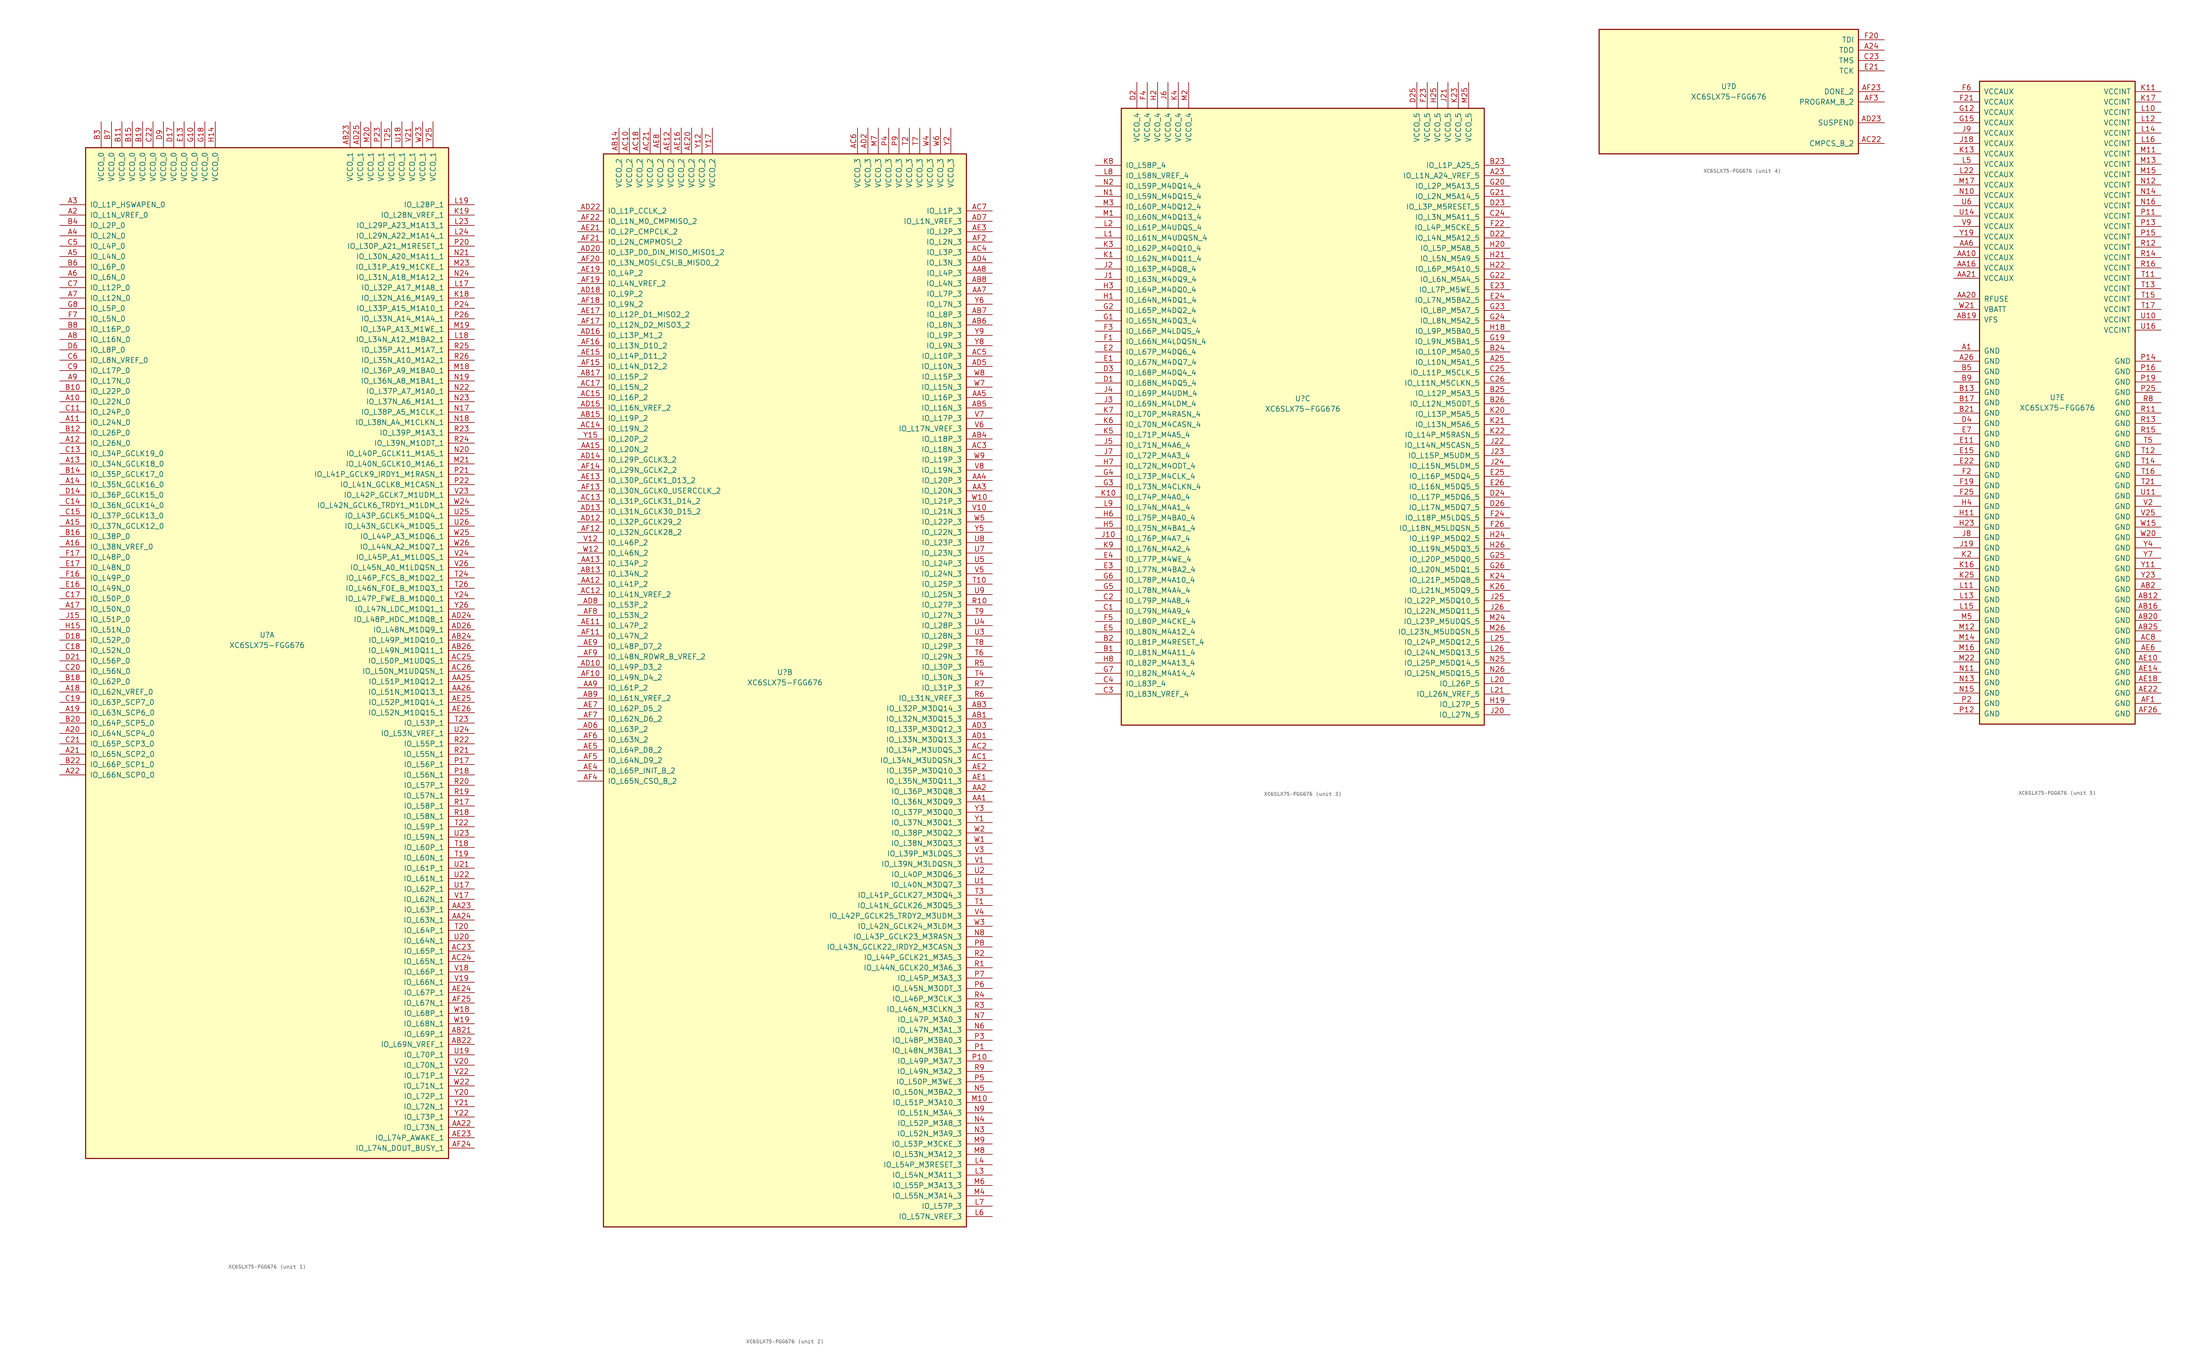
<source format=kicad_sym>
(kicad_symbol_lib
  (version 20211014)
  (generator kicad_symbol_editor)
  (symbol "XC6SLX75-FGG676"
    (pin_names
      (offset 1.016))
    (property "Reference" "U"
      (at 0 1.27 0)
      (effects (font (size 1.27 1.27))))
    (property "Value" "XC6SLX75-FGG676"
      (at 0 -1.27 0)
      (effects (font (size 1.27 1.27))))
    (property "Datasheet" ""
      (at 0 0 0)
      (effects (font (size 1.27 1.27))))
    (property "ki_locked" ""
      (at 0 0 0)
      (effects (font (size 1.27 1.27))))
    (symbol "XC6SLX75-FGG676_1_1"
      (rectangle (start -44.45 120.65) (end 44.45 -127) (stroke (width 0.254) (type default) (color 0 0 0 0)) (fill (type background)))
      (pin bidirectional line (at -50.8 58.42 0) (length 6.35) (name "IO_L22N_0" (effects (font (size 1.27 1.27)))) (number "A10" (effects (font (size 1.27 1.27)))))
      (pin bidirectional line (at -50.8 53.34 0) (length 6.35) (name "IO_L24N_0" (effects (font (size 1.27 1.27)))) (number "A11" (effects (font (size 1.27 1.27)))))
      (pin bidirectional line (at -50.8 48.26 0) (length 6.35) (name "IO_L26N_0" (effects (font (size 1.27 1.27)))) (number "A12" (effects (font (size 1.27 1.27)))))
      (pin bidirectional line (at -50.8 43.18 0) (length 6.35) (name "IO_L34N_GCLK18_0" (effects (font (size 1.27 1.27)))) (number "A13" (effects (font (size 1.27 1.27)))))
      (pin bidirectional line (at -50.8 38.1 0) (length 6.35) (name "IO_L35N_GCLK16_0" (effects (font (size 1.27 1.27)))) (number "A14" (effects (font (size 1.27 1.27)))))
      (pin bidirectional line (at -50.8 27.94 0) (length 6.35) (name "IO_L37N_GCLK12_0" (effects (font (size 1.27 1.27)))) (number "A15" (effects (font (size 1.27 1.27)))))
      (pin bidirectional line (at -50.8 22.86 0) (length 6.35) (name "IO_L38N_VREF_0" (effects (font (size 1.27 1.27)))) (number "A16" (effects (font (size 1.27 1.27)))))
      (pin bidirectional line (at -50.8 7.62 0) (length 6.35) (name "IO_L50N_0" (effects (font (size 1.27 1.27)))) (number "A17" (effects (font (size 1.27 1.27)))))
      (pin bidirectional line (at -50.8 -12.7 0) (length 6.35) (name "IO_L62N_VREF_0" (effects (font (size 1.27 1.27)))) (number "A18" (effects (font (size 1.27 1.27)))))
      (pin bidirectional line (at -50.8 -17.78 0) (length 6.35) (name "IO_L63N_SCP6_0" (effects (font (size 1.27 1.27)))) (number "A19" (effects (font (size 1.27 1.27)))))
      (pin bidirectional line (at -50.8 104.14 0) (length 6.35) (name "IO_L1N_VREF_0" (effects (font (size 1.27 1.27)))) (number "A2" (effects (font (size 1.27 1.27)))))
      (pin bidirectional line (at -50.8 -22.86 0) (length 6.35) (name "IO_L64N_SCP4_0" (effects (font (size 1.27 1.27)))) (number "A20" (effects (font (size 1.27 1.27)))))
      (pin bidirectional line (at -50.8 -27.94 0) (length 6.35) (name "IO_L65N_SCP2_0" (effects (font (size 1.27 1.27)))) (number "A21" (effects (font (size 1.27 1.27)))))
      (pin bidirectional line (at -50.8 -33.02 0) (length 6.35) (name "IO_L66N_SCP0_0" (effects (font (size 1.27 1.27)))) (number "A22" (effects (font (size 1.27 1.27)))))
      (pin bidirectional line (at -50.8 106.68 0) (length 6.35) (name "IO_L1P_HSWAPEN_0" (effects (font (size 1.27 1.27)))) (number "A3" (effects (font (size 1.27 1.27)))))
      (pin bidirectional line (at -50.8 99.06 0) (length 6.35) (name "IO_L2N_0" (effects (font (size 1.27 1.27)))) (number "A4" (effects (font (size 1.27 1.27)))))
      (pin bidirectional line (at -50.8 93.98 0) (length 6.35) (name "IO_L4N_0" (effects (font (size 1.27 1.27)))) (number "A5" (effects (font (size 1.27 1.27)))))
      (pin bidirectional line (at -50.8 88.9 0) (length 6.35) (name "IO_L6N_0" (effects (font (size 1.27 1.27)))) (number "A6" (effects (font (size 1.27 1.27)))))
      (pin bidirectional line (at -50.8 83.82 0) (length 6.35) (name "IO_L12N_0" (effects (font (size 1.27 1.27)))) (number "A7" (effects (font (size 1.27 1.27)))))
      (pin bidirectional line (at -50.8 73.66 0) (length 6.35) (name "IO_L16N_0" (effects (font (size 1.27 1.27)))) (number "A8" (effects (font (size 1.27 1.27)))))
      (pin bidirectional line (at -50.8 63.5 0) (length 6.35) (name "IO_L17N_0" (effects (font (size 1.27 1.27)))) (number "A9" (effects (font (size 1.27 1.27)))))
      (pin bidirectional line (at 50.8 -119.38 180) (length 6.35) (name "IO_L73N_1" (effects (font (size 1.27 1.27)))) (number "AA22" (effects (font (size 1.27 1.27)))))
      (pin bidirectional line (at 50.8 -66.04 180) (length 6.35) (name "IO_L63P_1" (effects (font (size 1.27 1.27)))) (number "AA23" (effects (font (size 1.27 1.27)))))
      (pin bidirectional line (at 50.8 -68.58 180) (length 6.35) (name "IO_L63N_1" (effects (font (size 1.27 1.27)))) (number "AA24" (effects (font (size 1.27 1.27)))))
      (pin bidirectional line (at 50.8 -10.16 180) (length 6.35) (name "IO_L51P_M1DQ12_1" (effects (font (size 1.27 1.27)))) (number "AA25" (effects (font (size 1.27 1.27)))))
      (pin bidirectional line (at 50.8 -12.7 180) (length 6.35) (name "IO_L51N_M1DQ13_1" (effects (font (size 1.27 1.27)))) (number "AA26" (effects (font (size 1.27 1.27)))))
      (pin bidirectional line (at 50.8 -96.52 180) (length 6.35) (name "IO_L69P_1" (effects (font (size 1.27 1.27)))) (number "AB21" (effects (font (size 1.27 1.27)))))
      (pin bidirectional line (at 50.8 -99.06 180) (length 6.35) (name "IO_L69N_VREF_1" (effects (font (size 1.27 1.27)))) (number "AB22" (effects (font (size 1.27 1.27)))))
      (pin power_in line (at 20.32 127 270) (length 6.35) (name "VCCO_1" (effects (font (size 1.27 1.27)))) (number "AB23" (effects (font (size 1.27 1.27)))))
      (pin bidirectional line (at 50.8 0 180) (length 6.35) (name "IO_L49P_M1DQ10_1" (effects (font (size 1.27 1.27)))) (number "AB24" (effects (font (size 1.27 1.27)))))
      (pin bidirectional line (at 50.8 -2.54 180) (length 6.35) (name "IO_L49N_M1DQ11_1" (effects (font (size 1.27 1.27)))) (number "AB26" (effects (font (size 1.27 1.27)))))
      (pin bidirectional line (at 50.8 -76.2 180) (length 6.35) (name "IO_L65P_1" (effects (font (size 1.27 1.27)))) (number "AC23" (effects (font (size 1.27 1.27)))))
      (pin bidirectional line (at 50.8 -78.74 180) (length 6.35) (name "IO_L65N_1" (effects (font (size 1.27 1.27)))) (number "AC24" (effects (font (size 1.27 1.27)))))
      (pin bidirectional line (at 50.8 -5.08 180) (length 6.35) (name "IO_L50P_M1UDQS_1" (effects (font (size 1.27 1.27)))) (number "AC25" (effects (font (size 1.27 1.27)))))
      (pin bidirectional line (at 50.8 -7.62 180) (length 6.35) (name "IO_L50N_M1UDQSN_1" (effects (font (size 1.27 1.27)))) (number "AC26" (effects (font (size 1.27 1.27)))))
      (pin bidirectional line (at 50.8 5.08 180) (length 6.35) (name "IO_L48P_HDC_M1DQ8_1" (effects (font (size 1.27 1.27)))) (number "AD24" (effects (font (size 1.27 1.27)))))
      (pin power_in line (at 22.86 127 270) (length 6.35) (name "VCCO_1" (effects (font (size 1.27 1.27)))) (number "AD25" (effects (font (size 1.27 1.27)))))
      (pin bidirectional line (at 50.8 2.54 180) (length 6.35) (name "IO_L48N_M1DQ9_1" (effects (font (size 1.27 1.27)))) (number "AD26" (effects (font (size 1.27 1.27)))))
      (pin bidirectional line (at 50.8 -121.92 180) (length 6.35) (name "IO_L74P_AWAKE_1" (effects (font (size 1.27 1.27)))) (number "AE23" (effects (font (size 1.27 1.27)))))
      (pin bidirectional line (at 50.8 -86.36 180) (length 6.35) (name "IO_L67P_1" (effects (font (size 1.27 1.27)))) (number "AE24" (effects (font (size 1.27 1.27)))))
      (pin bidirectional line (at 50.8 -15.24 180) (length 6.35) (name "IO_L52P_M1DQ14_1" (effects (font (size 1.27 1.27)))) (number "AE25" (effects (font (size 1.27 1.27)))))
      (pin bidirectional line (at 50.8 -17.78 180) (length 6.35) (name "IO_L52N_M1DQ15_1" (effects (font (size 1.27 1.27)))) (number "AE26" (effects (font (size 1.27 1.27)))))
      (pin bidirectional line (at 50.8 -124.46 180) (length 6.35) (name "IO_L74N_DOUT_BUSY_1" (effects (font (size 1.27 1.27)))) (number "AF24" (effects (font (size 1.27 1.27)))))
      (pin bidirectional line (at 50.8 -88.9 180) (length 6.35) (name "IO_L67N_1" (effects (font (size 1.27 1.27)))) (number "AF25" (effects (font (size 1.27 1.27)))))
      (pin bidirectional line (at -50.8 60.96 0) (length 6.35) (name "IO_L22P_0" (effects (font (size 1.27 1.27)))) (number "B10" (effects (font (size 1.27 1.27)))))
      (pin power_in line (at -35.56 127 270) (length 6.35) (name "VCCO_0" (effects (font (size 1.27 1.27)))) (number "B11" (effects (font (size 1.27 1.27)))))
      (pin bidirectional line (at -50.8 50.8 0) (length 6.35) (name "IO_L26P_0" (effects (font (size 1.27 1.27)))) (number "B12" (effects (font (size 1.27 1.27)))))
      (pin bidirectional line (at -50.8 40.64 0) (length 6.35) (name "IO_L35P_GCLK17_0" (effects (font (size 1.27 1.27)))) (number "B14" (effects (font (size 1.27 1.27)))))
      (pin power_in line (at -33.02 127 270) (length 6.35) (name "VCCO_0" (effects (font (size 1.27 1.27)))) (number "B15" (effects (font (size 1.27 1.27)))))
      (pin bidirectional line (at -50.8 25.4 0) (length 6.35) (name "IO_L38P_0" (effects (font (size 1.27 1.27)))) (number "B16" (effects (font (size 1.27 1.27)))))
      (pin bidirectional line (at -50.8 -10.16 0) (length 6.35) (name "IO_L62P_0" (effects (font (size 1.27 1.27)))) (number "B18" (effects (font (size 1.27 1.27)))))
      (pin power_in line (at -30.48 127 270) (length 6.35) (name "VCCO_0" (effects (font (size 1.27 1.27)))) (number "B19" (effects (font (size 1.27 1.27)))))
      (pin bidirectional line (at -50.8 -20.32 0) (length 6.35) (name "IO_L64P_SCP5_0" (effects (font (size 1.27 1.27)))) (number "B20" (effects (font (size 1.27 1.27)))))
      (pin bidirectional line (at -50.8 -30.48 0) (length 6.35) (name "IO_L66P_SCP1_0" (effects (font (size 1.27 1.27)))) (number "B22" (effects (font (size 1.27 1.27)))))
      (pin power_in line (at -40.64 127 270) (length 6.35) (name "VCCO_0" (effects (font (size 1.27 1.27)))) (number "B3" (effects (font (size 1.27 1.27)))))
      (pin bidirectional line (at -50.8 101.6 0) (length 6.35) (name "IO_L2P_0" (effects (font (size 1.27 1.27)))) (number "B4" (effects (font (size 1.27 1.27)))))
      (pin bidirectional line (at -50.8 91.44 0) (length 6.35) (name "IO_L6P_0" (effects (font (size 1.27 1.27)))) (number "B6" (effects (font (size 1.27 1.27)))))
      (pin power_in line (at -38.1 127 270) (length 6.35) (name "VCCO_0" (effects (font (size 1.27 1.27)))) (number "B7" (effects (font (size 1.27 1.27)))))
      (pin bidirectional line (at -50.8 76.2 0) (length 6.35) (name "IO_L16P_0" (effects (font (size 1.27 1.27)))) (number "B8" (effects (font (size 1.27 1.27)))))
      (pin bidirectional line (at -50.8 55.88 0) (length 6.35) (name "IO_L24P_0" (effects (font (size 1.27 1.27)))) (number "C11" (effects (font (size 1.27 1.27)))))
      (pin bidirectional line (at -50.8 45.72 0) (length 6.35) (name "IO_L34P_GCLK19_0" (effects (font (size 1.27 1.27)))) (number "C13" (effects (font (size 1.27 1.27)))))
      (pin bidirectional line (at -50.8 33.02 0) (length 6.35) (name "IO_L36N_GCLK14_0" (effects (font (size 1.27 1.27)))) (number "C14" (effects (font (size 1.27 1.27)))))
      (pin bidirectional line (at -50.8 30.48 0) (length 6.35) (name "IO_L37P_GCLK13_0" (effects (font (size 1.27 1.27)))) (number "C15" (effects (font (size 1.27 1.27)))))
      (pin bidirectional line (at -50.8 10.16 0) (length 6.35) (name "IO_L50P_0" (effects (font (size 1.27 1.27)))) (number "C17" (effects (font (size 1.27 1.27)))))
      (pin bidirectional line (at -50.8 -2.54 0) (length 6.35) (name "IO_L52N_0" (effects (font (size 1.27 1.27)))) (number "C18" (effects (font (size 1.27 1.27)))))
      (pin bidirectional line (at -50.8 -15.24 0) (length 6.35) (name "IO_L63P_SCP7_0" (effects (font (size 1.27 1.27)))) (number "C19" (effects (font (size 1.27 1.27)))))
      (pin bidirectional line (at -50.8 -7.62 0) (length 6.35) (name "IO_L56N_0" (effects (font (size 1.27 1.27)))) (number "C20" (effects (font (size 1.27 1.27)))))
      (pin bidirectional line (at -50.8 -25.4 0) (length 6.35) (name "IO_L65P_SCP3_0" (effects (font (size 1.27 1.27)))) (number "C21" (effects (font (size 1.27 1.27)))))
      (pin power_in line (at -27.94 127 270) (length 6.35) (name "VCCO_0" (effects (font (size 1.27 1.27)))) (number "C22" (effects (font (size 1.27 1.27)))))
      (pin bidirectional line (at -50.8 96.52 0) (length 6.35) (name "IO_L4P_0" (effects (font (size 1.27 1.27)))) (number "C5" (effects (font (size 1.27 1.27)))))
      (pin bidirectional line (at -50.8 68.58 0) (length 6.35) (name "IO_L8N_VREF_0" (effects (font (size 1.27 1.27)))) (number "C6" (effects (font (size 1.27 1.27)))))
      (pin bidirectional line (at -50.8 86.36 0) (length 6.35) (name "IO_L12P_0" (effects (font (size 1.27 1.27)))) (number "C7" (effects (font (size 1.27 1.27)))))
      (pin bidirectional line (at -50.8 66.04 0) (length 6.35) (name "IO_L17P_0" (effects (font (size 1.27 1.27)))) (number "C9" (effects (font (size 1.27 1.27)))))
      (pin bidirectional line (at -50.8 35.56 0) (length 6.35) (name "IO_L36P_GCLK15_0" (effects (font (size 1.27 1.27)))) (number "D14" (effects (font (size 1.27 1.27)))))
      (pin power_in line (at -22.86 127 270) (length 6.35) (name "VCCO_0" (effects (font (size 1.27 1.27)))) (number "D17" (effects (font (size 1.27 1.27)))))
      (pin bidirectional line (at -50.8 0 0) (length 6.35) (name "IO_L52P_0" (effects (font (size 1.27 1.27)))) (number "D18" (effects (font (size 1.27 1.27)))))
      (pin bidirectional line (at -50.8 -5.08 0) (length 6.35) (name "IO_L56P_0" (effects (font (size 1.27 1.27)))) (number "D21" (effects (font (size 1.27 1.27)))))
      (pin bidirectional line (at -50.8 71.12 0) (length 6.35) (name "IO_L8P_0" (effects (font (size 1.27 1.27)))) (number "D6" (effects (font (size 1.27 1.27)))))
      (pin power_in line (at -25.4 127 270) (length 6.35) (name "VCCO_0" (effects (font (size 1.27 1.27)))) (number "D9" (effects (font (size 1.27 1.27)))))
      (pin power_in line (at -20.32 127 270) (length 6.35) (name "VCCO_0" (effects (font (size 1.27 1.27)))) (number "E13" (effects (font (size 1.27 1.27)))))
      (pin bidirectional line (at -50.8 12.7 0) (length 6.35) (name "IO_L49N_0" (effects (font (size 1.27 1.27)))) (number "E16" (effects (font (size 1.27 1.27)))))
      (pin bidirectional line (at -50.8 17.78 0) (length 6.35) (name "IO_L48N_0" (effects (font (size 1.27 1.27)))) (number "E17" (effects (font (size 1.27 1.27)))))
      (pin bidirectional line (at -50.8 15.24 0) (length 6.35) (name "IO_L49P_0" (effects (font (size 1.27 1.27)))) (number "F16" (effects (font (size 1.27 1.27)))))
      (pin bidirectional line (at -50.8 20.32 0) (length 6.35) (name "IO_L48P_0" (effects (font (size 1.27 1.27)))) (number "F17" (effects (font (size 1.27 1.27)))))
      (pin bidirectional line (at -50.8 78.74 0) (length 6.35) (name "IO_L5N_0" (effects (font (size 1.27 1.27)))) (number "F7" (effects (font (size 1.27 1.27)))))
      (pin power_in line (at -17.78 127 270) (length 6.35) (name "VCCO_0" (effects (font (size 1.27 1.27)))) (number "G10" (effects (font (size 1.27 1.27)))))
      (pin power_in line (at -15.24 127 270) (length 6.35) (name "VCCO_0" (effects (font (size 1.27 1.27)))) (number "G18" (effects (font (size 1.27 1.27)))))
      (pin bidirectional line (at -50.8 81.28 0) (length 6.35) (name "IO_L5P_0" (effects (font (size 1.27 1.27)))) (number "G8" (effects (font (size 1.27 1.27)))))
      (pin power_in line (at -12.7 127 270) (length 6.35) (name "VCCO_0" (effects (font (size 1.27 1.27)))) (number "H14" (effects (font (size 1.27 1.27)))))
      (pin bidirectional line (at -50.8 2.54 0) (length 6.35) (name "IO_L51N_0" (effects (font (size 1.27 1.27)))) (number "H15" (effects (font (size 1.27 1.27)))))
      (pin bidirectional line (at -50.8 5.08 0) (length 6.35) (name "IO_L51P_0" (effects (font (size 1.27 1.27)))) (number "J15" (effects (font (size 1.27 1.27)))))
      (pin bidirectional line (at 50.8 83.82 180) (length 6.35) (name "IO_L32N_A16_M1A9_1" (effects (font (size 1.27 1.27)))) (number "K18" (effects (font (size 1.27 1.27)))))
      (pin bidirectional line (at 50.8 104.14 180) (length 6.35) (name "IO_L28N_VREF_1" (effects (font (size 1.27 1.27)))) (number "K19" (effects (font (size 1.27 1.27)))))
      (pin bidirectional line (at 50.8 86.36 180) (length 6.35) (name "IO_L32P_A17_M1A8_1" (effects (font (size 1.27 1.27)))) (number "L17" (effects (font (size 1.27 1.27)))))
      (pin bidirectional line (at 50.8 73.66 180) (length 6.35) (name "IO_L34N_A12_M1BA2_1" (effects (font (size 1.27 1.27)))) (number "L18" (effects (font (size 1.27 1.27)))))
      (pin bidirectional line (at 50.8 106.68 180) (length 6.35) (name "IO_L28P_1" (effects (font (size 1.27 1.27)))) (number "L19" (effects (font (size 1.27 1.27)))))
      (pin bidirectional line (at 50.8 101.6 180) (length 6.35) (name "IO_L29P_A23_M1A13_1" (effects (font (size 1.27 1.27)))) (number "L23" (effects (font (size 1.27 1.27)))))
      (pin bidirectional line (at 50.8 99.06 180) (length 6.35) (name "IO_L29N_A22_M1A14_1" (effects (font (size 1.27 1.27)))) (number "L24" (effects (font (size 1.27 1.27)))))
      (pin bidirectional line (at 50.8 66.04 180) (length 6.35) (name "IO_L36P_A9_M1BA0_1" (effects (font (size 1.27 1.27)))) (number "M18" (effects (font (size 1.27 1.27)))))
      (pin bidirectional line (at 50.8 76.2 180) (length 6.35) (name "IO_L34P_A13_M1WE_1" (effects (font (size 1.27 1.27)))) (number "M19" (effects (font (size 1.27 1.27)))))
      (pin power_in line (at 25.4 127 270) (length 6.35) (name "VCCO_1" (effects (font (size 1.27 1.27)))) (number "M20" (effects (font (size 1.27 1.27)))))
      (pin bidirectional line (at 50.8 43.18 180) (length 6.35) (name "IO_L40N_GCLK10_M1A6_1" (effects (font (size 1.27 1.27)))) (number "M21" (effects (font (size 1.27 1.27)))))
      (pin bidirectional line (at 50.8 91.44 180) (length 6.35) (name "IO_L31P_A19_M1CKE_1" (effects (font (size 1.27 1.27)))) (number "M23" (effects (font (size 1.27 1.27)))))
      (pin bidirectional line (at 50.8 55.88 180) (length 6.35) (name "IO_L38P_A5_M1CLK_1" (effects (font (size 1.27 1.27)))) (number "N17" (effects (font (size 1.27 1.27)))))
      (pin bidirectional line (at 50.8 53.34 180) (length 6.35) (name "IO_L38N_A4_M1CLKN_1" (effects (font (size 1.27 1.27)))) (number "N18" (effects (font (size 1.27 1.27)))))
      (pin bidirectional line (at 50.8 63.5 180) (length 6.35) (name "IO_L36N_A8_M1BA1_1" (effects (font (size 1.27 1.27)))) (number "N19" (effects (font (size 1.27 1.27)))))
      (pin bidirectional line (at 50.8 45.72 180) (length 6.35) (name "IO_L40P_GCLK11_M1A5_1" (effects (font (size 1.27 1.27)))) (number "N20" (effects (font (size 1.27 1.27)))))
      (pin bidirectional line (at 50.8 93.98 180) (length 6.35) (name "IO_L30N_A20_M1A11_1" (effects (font (size 1.27 1.27)))) (number "N21" (effects (font (size 1.27 1.27)))))
      (pin bidirectional line (at 50.8 60.96 180) (length 6.35) (name "IO_L37P_A7_M1A0_1" (effects (font (size 1.27 1.27)))) (number "N22" (effects (font (size 1.27 1.27)))))
      (pin bidirectional line (at 50.8 58.42 180) (length 6.35) (name "IO_L37N_A6_M1A1_1" (effects (font (size 1.27 1.27)))) (number "N23" (effects (font (size 1.27 1.27)))))
      (pin bidirectional line (at 50.8 88.9 180) (length 6.35) (name "IO_L31N_A18_M1A12_1" (effects (font (size 1.27 1.27)))) (number "N24" (effects (font (size 1.27 1.27)))))
      (pin bidirectional line (at 50.8 -30.48 180) (length 6.35) (name "IO_L56P_1" (effects (font (size 1.27 1.27)))) (number "P17" (effects (font (size 1.27 1.27)))))
      (pin bidirectional line (at 50.8 -33.02 180) (length 6.35) (name "IO_L56N_1" (effects (font (size 1.27 1.27)))) (number "P18" (effects (font (size 1.27 1.27)))))
      (pin bidirectional line (at 50.8 96.52 180) (length 6.35) (name "IO_L30P_A21_M1RESET_1" (effects (font (size 1.27 1.27)))) (number "P20" (effects (font (size 1.27 1.27)))))
      (pin bidirectional line (at 50.8 40.64 180) (length 6.35) (name "IO_L41P_GCLK9_IRDY1_M1RASN_1" (effects (font (size 1.27 1.27)))) (number "P21" (effects (font (size 1.27 1.27)))))
      (pin bidirectional line (at 50.8 38.1 180) (length 6.35) (name "IO_L41N_GCLK8_M1CASN_1" (effects (font (size 1.27 1.27)))) (number "P22" (effects (font (size 1.27 1.27)))))
      (pin power_in line (at 27.94 127 270) (length 6.35) (name "VCCO_1" (effects (font (size 1.27 1.27)))) (number "P23" (effects (font (size 1.27 1.27)))))
      (pin bidirectional line (at 50.8 81.28 180) (length 6.35) (name "IO_L33P_A15_M1A10_1" (effects (font (size 1.27 1.27)))) (number "P24" (effects (font (size 1.27 1.27)))))
      (pin bidirectional line (at 50.8 78.74 180) (length 6.35) (name "IO_L33N_A14_M1A4_1" (effects (font (size 1.27 1.27)))) (number "P26" (effects (font (size 1.27 1.27)))))
      (pin bidirectional line (at 50.8 -40.64 180) (length 6.35) (name "IO_L58P_1" (effects (font (size 1.27 1.27)))) (number "R17" (effects (font (size 1.27 1.27)))))
      (pin bidirectional line (at 50.8 -43.18 180) (length 6.35) (name "IO_L58N_1" (effects (font (size 1.27 1.27)))) (number "R18" (effects (font (size 1.27 1.27)))))
      (pin bidirectional line (at 50.8 -38.1 180) (length 6.35) (name "IO_L57N_1" (effects (font (size 1.27 1.27)))) (number "R19" (effects (font (size 1.27 1.27)))))
      (pin bidirectional line (at 50.8 -35.56 180) (length 6.35) (name "IO_L57P_1" (effects (font (size 1.27 1.27)))) (number "R20" (effects (font (size 1.27 1.27)))))
      (pin bidirectional line (at 50.8 -27.94 180) (length 6.35) (name "IO_L55N_1" (effects (font (size 1.27 1.27)))) (number "R21" (effects (font (size 1.27 1.27)))))
      (pin bidirectional line (at 50.8 -25.4 180) (length 6.35) (name "IO_L55P_1" (effects (font (size 1.27 1.27)))) (number "R22" (effects (font (size 1.27 1.27)))))
      (pin bidirectional line (at 50.8 50.8 180) (length 6.35) (name "IO_L39P_M1A3_1" (effects (font (size 1.27 1.27)))) (number "R23" (effects (font (size 1.27 1.27)))))
      (pin bidirectional line (at 50.8 48.26 180) (length 6.35) (name "IO_L39N_M1ODT_1" (effects (font (size 1.27 1.27)))) (number "R24" (effects (font (size 1.27 1.27)))))
      (pin bidirectional line (at 50.8 71.12 180) (length 6.35) (name "IO_L35P_A11_M1A7_1" (effects (font (size 1.27 1.27)))) (number "R25" (effects (font (size 1.27 1.27)))))
      (pin bidirectional line (at 50.8 68.58 180) (length 6.35) (name "IO_L35N_A10_M1A2_1" (effects (font (size 1.27 1.27)))) (number "R26" (effects (font (size 1.27 1.27)))))
      (pin bidirectional line (at 50.8 -50.8 180) (length 6.35) (name "IO_L60P_1" (effects (font (size 1.27 1.27)))) (number "T18" (effects (font (size 1.27 1.27)))))
      (pin bidirectional line (at 50.8 -53.34 180) (length 6.35) (name "IO_L60N_1" (effects (font (size 1.27 1.27)))) (number "T19" (effects (font (size 1.27 1.27)))))
      (pin bidirectional line (at 50.8 -71.12 180) (length 6.35) (name "IO_L64P_1" (effects (font (size 1.27 1.27)))) (number "T20" (effects (font (size 1.27 1.27)))))
      (pin bidirectional line (at 50.8 -45.72 180) (length 6.35) (name "IO_L59P_1" (effects (font (size 1.27 1.27)))) (number "T22" (effects (font (size 1.27 1.27)))))
      (pin bidirectional line (at 50.8 -20.32 180) (length 6.35) (name "IO_L53P_1" (effects (font (size 1.27 1.27)))) (number "T23" (effects (font (size 1.27 1.27)))))
      (pin bidirectional line (at 50.8 15.24 180) (length 6.35) (name "IO_L46P_FCS_B_M1DQ2_1" (effects (font (size 1.27 1.27)))) (number "T24" (effects (font (size 1.27 1.27)))))
      (pin power_in line (at 30.48 127 270) (length 6.35) (name "VCCO_1" (effects (font (size 1.27 1.27)))) (number "T25" (effects (font (size 1.27 1.27)))))
      (pin bidirectional line (at 50.8 12.7 180) (length 6.35) (name "IO_L46N_FOE_B_M1DQ3_1" (effects (font (size 1.27 1.27)))) (number "T26" (effects (font (size 1.27 1.27)))))
      (pin bidirectional line (at 50.8 -60.96 180) (length 6.35) (name "IO_L62P_1" (effects (font (size 1.27 1.27)))) (number "U17" (effects (font (size 1.27 1.27)))))
      (pin power_in line (at 33.02 127 270) (length 6.35) (name "VCCO_1" (effects (font (size 1.27 1.27)))) (number "U18" (effects (font (size 1.27 1.27)))))
      (pin bidirectional line (at 50.8 -101.6 180) (length 6.35) (name "IO_L70P_1" (effects (font (size 1.27 1.27)))) (number "U19" (effects (font (size 1.27 1.27)))))
      (pin bidirectional line (at 50.8 -73.66 180) (length 6.35) (name "IO_L64N_1" (effects (font (size 1.27 1.27)))) (number "U20" (effects (font (size 1.27 1.27)))))
      (pin bidirectional line (at 50.8 -55.88 180) (length 6.35) (name "IO_L61P_1" (effects (font (size 1.27 1.27)))) (number "U21" (effects (font (size 1.27 1.27)))))
      (pin bidirectional line (at 50.8 -58.42 180) (length 6.35) (name "IO_L61N_1" (effects (font (size 1.27 1.27)))) (number "U22" (effects (font (size 1.27 1.27)))))
      (pin bidirectional line (at 50.8 -48.26 180) (length 6.35) (name "IO_L59N_1" (effects (font (size 1.27 1.27)))) (number "U23" (effects (font (size 1.27 1.27)))))
      (pin bidirectional line (at 50.8 -22.86 180) (length 6.35) (name "IO_L53N_VREF_1" (effects (font (size 1.27 1.27)))) (number "U24" (effects (font (size 1.27 1.27)))))
      (pin bidirectional line (at 50.8 30.48 180) (length 6.35) (name "IO_L43P_GCLK5_M1DQ4_1" (effects (font (size 1.27 1.27)))) (number "U25" (effects (font (size 1.27 1.27)))))
      (pin bidirectional line (at 50.8 27.94 180) (length 6.35) (name "IO_L43N_GCLK4_M1DQ5_1" (effects (font (size 1.27 1.27)))) (number "U26" (effects (font (size 1.27 1.27)))))
      (pin bidirectional line (at 50.8 -63.5 180) (length 6.35) (name "IO_L62N_1" (effects (font (size 1.27 1.27)))) (number "V17" (effects (font (size 1.27 1.27)))))
      (pin bidirectional line (at 50.8 -81.28 180) (length 6.35) (name "IO_L66P_1" (effects (font (size 1.27 1.27)))) (number "V18" (effects (font (size 1.27 1.27)))))
      (pin bidirectional line (at 50.8 -83.82 180) (length 6.35) (name "IO_L66N_1" (effects (font (size 1.27 1.27)))) (number "V19" (effects (font (size 1.27 1.27)))))
      (pin bidirectional line (at 50.8 -104.14 180) (length 6.35) (name "IO_L70N_1" (effects (font (size 1.27 1.27)))) (number "V20" (effects (font (size 1.27 1.27)))))
      (pin power_in line (at 35.56 127 270) (length 6.35) (name "VCCO_1" (effects (font (size 1.27 1.27)))) (number "V21" (effects (font (size 1.27 1.27)))))
      (pin bidirectional line (at 50.8 -106.68 180) (length 6.35) (name "IO_L71P_1" (effects (font (size 1.27 1.27)))) (number "V22" (effects (font (size 1.27 1.27)))))
      (pin bidirectional line (at 50.8 35.56 180) (length 6.35) (name "IO_L42P_GCLK7_M1UDM_1" (effects (font (size 1.27 1.27)))) (number "V23" (effects (font (size 1.27 1.27)))))
      (pin bidirectional line (at 50.8 20.32 180) (length 6.35) (name "IO_L45P_A1_M1LDQS_1" (effects (font (size 1.27 1.27)))) (number "V24" (effects (font (size 1.27 1.27)))))
      (pin bidirectional line (at 50.8 17.78 180) (length 6.35) (name "IO_L45N_A0_M1LDQSN_1" (effects (font (size 1.27 1.27)))) (number "V26" (effects (font (size 1.27 1.27)))))
      (pin bidirectional line (at 50.8 -91.44 180) (length 6.35) (name "IO_L68P_1" (effects (font (size 1.27 1.27)))) (number "W18" (effects (font (size 1.27 1.27)))))
      (pin bidirectional line (at 50.8 -93.98 180) (length 6.35) (name "IO_L68N_1" (effects (font (size 1.27 1.27)))) (number "W19" (effects (font (size 1.27 1.27)))))
      (pin bidirectional line (at 50.8 -109.22 180) (length 6.35) (name "IO_L71N_1" (effects (font (size 1.27 1.27)))) (number "W22" (effects (font (size 1.27 1.27)))))
      (pin power_in line (at 38.1 127 270) (length 6.35) (name "VCCO_1" (effects (font (size 1.27 1.27)))) (number "W23" (effects (font (size 1.27 1.27)))))
      (pin bidirectional line (at 50.8 33.02 180) (length 6.35) (name "IO_L42N_GCLK6_TRDY1_M1LDM_1" (effects (font (size 1.27 1.27)))) (number "W24" (effects (font (size 1.27 1.27)))))
      (pin bidirectional line (at 50.8 25.4 180) (length 6.35) (name "IO_L44P_A3_M1DQ6_1" (effects (font (size 1.27 1.27)))) (number "W25" (effects (font (size 1.27 1.27)))))
      (pin bidirectional line (at 50.8 22.86 180) (length 6.35) (name "IO_L44N_A2_M1DQ7_1" (effects (font (size 1.27 1.27)))) (number "W26" (effects (font (size 1.27 1.27)))))
      (pin bidirectional line (at 50.8 -111.76 180) (length 6.35) (name "IO_L72P_1" (effects (font (size 1.27 1.27)))) (number "Y20" (effects (font (size 1.27 1.27)))))
      (pin bidirectional line (at 50.8 -114.3 180) (length 6.35) (name "IO_L72N_1" (effects (font (size 1.27 1.27)))) (number "Y21" (effects (font (size 1.27 1.27)))))
      (pin bidirectional line (at 50.8 -116.84 180) (length 6.35) (name "IO_L73P_1" (effects (font (size 1.27 1.27)))) (number "Y22" (effects (font (size 1.27 1.27)))))
      (pin bidirectional line (at 50.8 10.16 180) (length 6.35) (name "IO_L47P_FWE_B_M1DQ0_1" (effects (font (size 1.27 1.27)))) (number "Y24" (effects (font (size 1.27 1.27)))))
      (pin power_in line (at 40.64 127 270) (length 6.35) (name "VCCO_1" (effects (font (size 1.27 1.27)))) (number "Y25" (effects (font (size 1.27 1.27)))))
      (pin bidirectional line (at 50.8 7.62 180) (length 6.35) (name "IO_L47N_LDC_M1DQ1_1" (effects (font (size 1.27 1.27)))) (number "Y26" (effects (font (size 1.27 1.27))))))
    (symbol "XC6SLX75-FGG676_2_1"
      (rectangle (start -44.45 128.27) (end 44.45 -134.62) (stroke (width 0.254) (type default) (color 0 0 0 0)) (fill (type background)))
      (pin bidirectional line (at 50.8 -30.48 180) (length 6.35) (name "IO_L36N_M3DQ9_3" (effects (font (size 1.27 1.27)))) (number "AA1" (effects (font (size 1.27 1.27)))))
      (pin bidirectional line (at -50.8 22.86 0) (length 6.35) (name "IO_L41P_2" (effects (font (size 1.27 1.27)))) (number "AA12" (effects (font (size 1.27 1.27)))))
      (pin bidirectional line (at -50.8 27.94 0) (length 6.35) (name "IO_L34P_2" (effects (font (size 1.27 1.27)))) (number "AA13" (effects (font (size 1.27 1.27)))))
      (pin bidirectional line (at -50.8 55.88 0) (length 6.35) (name "IO_L20N_2" (effects (font (size 1.27 1.27)))) (number "AA15" (effects (font (size 1.27 1.27)))))
      (pin bidirectional line (at 50.8 -27.94 180) (length 6.35) (name "IO_L36P_M3DQ8_3" (effects (font (size 1.27 1.27)))) (number "AA2" (effects (font (size 1.27 1.27)))))
      (pin bidirectional line (at 50.8 45.72 180) (length 6.35) (name "IO_L20N_3" (effects (font (size 1.27 1.27)))) (number "AA3" (effects (font (size 1.27 1.27)))))
      (pin bidirectional line (at 50.8 48.26 180) (length 6.35) (name "IO_L20P_3" (effects (font (size 1.27 1.27)))) (number "AA4" (effects (font (size 1.27 1.27)))))
      (pin bidirectional line (at 50.8 68.58 180) (length 6.35) (name "IO_L16P_3" (effects (font (size 1.27 1.27)))) (number "AA5" (effects (font (size 1.27 1.27)))))
      (pin bidirectional line (at 50.8 93.98 180) (length 6.35) (name "IO_L7P_3" (effects (font (size 1.27 1.27)))) (number "AA7" (effects (font (size 1.27 1.27)))))
      (pin bidirectional line (at 50.8 99.06 180) (length 6.35) (name "IO_L4P_3" (effects (font (size 1.27 1.27)))) (number "AA8" (effects (font (size 1.27 1.27)))))
      (pin bidirectional line (at -50.8 -2.54 0) (length 6.35) (name "IO_L61P_2" (effects (font (size 1.27 1.27)))) (number "AA9" (effects (font (size 1.27 1.27)))))
      (pin bidirectional line (at 50.8 -10.16 180) (length 6.35) (name "IO_L32N_M3DQ15_3" (effects (font (size 1.27 1.27)))) (number "AB1" (effects (font (size 1.27 1.27)))))
      (pin bidirectional line (at -50.8 25.4 0) (length 6.35) (name "IO_L34N_2" (effects (font (size 1.27 1.27)))) (number "AB13" (effects (font (size 1.27 1.27)))))
      (pin power_in line (at -40.64 134.62 270) (length 6.35) (name "VCCO_2" (effects (font (size 1.27 1.27)))) (number "AB14" (effects (font (size 1.27 1.27)))))
      (pin bidirectional line (at -50.8 63.5 0) (length 6.35) (name "IO_L19P_2" (effects (font (size 1.27 1.27)))) (number "AB15" (effects (font (size 1.27 1.27)))))
      (pin bidirectional line (at -50.8 73.66 0) (length 6.35) (name "IO_L15P_2" (effects (font (size 1.27 1.27)))) (number "AB17" (effects (font (size 1.27 1.27)))))
      (pin bidirectional line (at 50.8 -7.62 180) (length 6.35) (name "IO_L32P_M3DQ14_3" (effects (font (size 1.27 1.27)))) (number "AB3" (effects (font (size 1.27 1.27)))))
      (pin bidirectional line (at 50.8 58.42 180) (length 6.35) (name "IO_L18P_3" (effects (font (size 1.27 1.27)))) (number "AB4" (effects (font (size 1.27 1.27)))))
      (pin bidirectional line (at 50.8 66.04 180) (length 6.35) (name "IO_L16N_3" (effects (font (size 1.27 1.27)))) (number "AB5" (effects (font (size 1.27 1.27)))))
      (pin bidirectional line (at 50.8 86.36 180) (length 6.35) (name "IO_L8N_3" (effects (font (size 1.27 1.27)))) (number "AB6" (effects (font (size 1.27 1.27)))))
      (pin bidirectional line (at 50.8 88.9 180) (length 6.35) (name "IO_L8P_3" (effects (font (size 1.27 1.27)))) (number "AB7" (effects (font (size 1.27 1.27)))))
      (pin bidirectional line (at 50.8 96.52 180) (length 6.35) (name "IO_L4N_3" (effects (font (size 1.27 1.27)))) (number "AB8" (effects (font (size 1.27 1.27)))))
      (pin bidirectional line (at -50.8 -5.08 0) (length 6.35) (name "IO_L61N_VREF_2" (effects (font (size 1.27 1.27)))) (number "AB9" (effects (font (size 1.27 1.27)))))
      (pin bidirectional line (at 50.8 -20.32 180) (length 6.35) (name "IO_L34N_M3UDQSN_3" (effects (font (size 1.27 1.27)))) (number "AC1" (effects (font (size 1.27 1.27)))))
      (pin power_in line (at -38.1 134.62 270) (length 6.35) (name "VCCO_2" (effects (font (size 1.27 1.27)))) (number "AC10" (effects (font (size 1.27 1.27)))))
      (pin bidirectional line (at -50.8 20.32 0) (length 6.35) (name "IO_L41N_VREF_2" (effects (font (size 1.27 1.27)))) (number "AC12" (effects (font (size 1.27 1.27)))))
      (pin bidirectional line (at -50.8 43.18 0) (length 6.35) (name "IO_L31P_GCLK31_D14_2" (effects (font (size 1.27 1.27)))) (number "AC13" (effects (font (size 1.27 1.27)))))
      (pin bidirectional line (at -50.8 60.96 0) (length 6.35) (name "IO_L19N_2" (effects (font (size 1.27 1.27)))) (number "AC14" (effects (font (size 1.27 1.27)))))
      (pin bidirectional line (at -50.8 68.58 0) (length 6.35) (name "IO_L16P_2" (effects (font (size 1.27 1.27)))) (number "AC15" (effects (font (size 1.27 1.27)))))
      (pin bidirectional line (at -50.8 71.12 0) (length 6.35) (name "IO_L15N_2" (effects (font (size 1.27 1.27)))) (number "AC17" (effects (font (size 1.27 1.27)))))
      (pin power_in line (at -35.56 134.62 270) (length 6.35) (name "VCCO_2" (effects (font (size 1.27 1.27)))) (number "AC18" (effects (font (size 1.27 1.27)))))
      (pin bidirectional line (at 50.8 -17.78 180) (length 6.35) (name "IO_L34P_M3UDQS_3" (effects (font (size 1.27 1.27)))) (number "AC2" (effects (font (size 1.27 1.27)))))
      (pin power_in line (at -33.02 134.62 270) (length 6.35) (name "VCCO_2" (effects (font (size 1.27 1.27)))) (number "AC21" (effects (font (size 1.27 1.27)))))
      (pin bidirectional line (at 50.8 55.88 180) (length 6.35) (name "IO_L18N_3" (effects (font (size 1.27 1.27)))) (number "AC3" (effects (font (size 1.27 1.27)))))
      (pin bidirectional line (at 50.8 104.14 180) (length 6.35) (name "IO_L3P_3" (effects (font (size 1.27 1.27)))) (number "AC4" (effects (font (size 1.27 1.27)))))
      (pin bidirectional line (at 50.8 78.74 180) (length 6.35) (name "IO_L10P_3" (effects (font (size 1.27 1.27)))) (number "AC5" (effects (font (size 1.27 1.27)))))
      (pin power_in line (at 17.78 134.62 270) (length 6.35) (name "VCCO_3" (effects (font (size 1.27 1.27)))) (number "AC6" (effects (font (size 1.27 1.27)))))
      (pin bidirectional line (at 50.8 114.3 180) (length 6.35) (name "IO_L1P_3" (effects (font (size 1.27 1.27)))) (number "AC7" (effects (font (size 1.27 1.27)))))
      (pin bidirectional line (at 50.8 -15.24 180) (length 6.35) (name "IO_L33N_M3DQ13_3" (effects (font (size 1.27 1.27)))) (number "AD1" (effects (font (size 1.27 1.27)))))
      (pin bidirectional line (at -50.8 2.54 0) (length 6.35) (name "IO_L49P_D3_2" (effects (font (size 1.27 1.27)))) (number "AD10" (effects (font (size 1.27 1.27)))))
      (pin bidirectional line (at -50.8 38.1 0) (length 6.35) (name "IO_L32P_GCLK29_2" (effects (font (size 1.27 1.27)))) (number "AD12" (effects (font (size 1.27 1.27)))))
      (pin bidirectional line (at -50.8 40.64 0) (length 6.35) (name "IO_L31N_GCLK30_D15_2" (effects (font (size 1.27 1.27)))) (number "AD13" (effects (font (size 1.27 1.27)))))
      (pin bidirectional line (at -50.8 53.34 0) (length 6.35) (name "IO_L29P_GCLK3_2" (effects (font (size 1.27 1.27)))) (number "AD14" (effects (font (size 1.27 1.27)))))
      (pin bidirectional line (at -50.8 66.04 0) (length 6.35) (name "IO_L16N_VREF_2" (effects (font (size 1.27 1.27)))) (number "AD15" (effects (font (size 1.27 1.27)))))
      (pin bidirectional line (at -50.8 83.82 0) (length 6.35) (name "IO_L13P_M1_2" (effects (font (size 1.27 1.27)))) (number "AD16" (effects (font (size 1.27 1.27)))))
      (pin bidirectional line (at -50.8 93.98 0) (length 6.35) (name "IO_L9P_2" (effects (font (size 1.27 1.27)))) (number "AD18" (effects (font (size 1.27 1.27)))))
      (pin power_in line (at 20.32 134.62 270) (length 6.35) (name "VCCO_3" (effects (font (size 1.27 1.27)))) (number "AD2" (effects (font (size 1.27 1.27)))))
      (pin bidirectional line (at -50.8 104.14 0) (length 6.35) (name "IO_L3P_D0_DIN_MISO_MISO1_2" (effects (font (size 1.27 1.27)))) (number "AD20" (effects (font (size 1.27 1.27)))))
      (pin bidirectional line (at -50.8 114.3 0) (length 6.35) (name "IO_L1P_CCLK_2" (effects (font (size 1.27 1.27)))) (number "AD22" (effects (font (size 1.27 1.27)))))
      (pin bidirectional line (at 50.8 -12.7 180) (length 6.35) (name "IO_L33P_M3DQ12_3" (effects (font (size 1.27 1.27)))) (number "AD3" (effects (font (size 1.27 1.27)))))
      (pin bidirectional line (at 50.8 101.6 180) (length 6.35) (name "IO_L3N_3" (effects (font (size 1.27 1.27)))) (number "AD4" (effects (font (size 1.27 1.27)))))
      (pin bidirectional line (at 50.8 76.2 180) (length 6.35) (name "IO_L10N_3" (effects (font (size 1.27 1.27)))) (number "AD5" (effects (font (size 1.27 1.27)))))
      (pin bidirectional line (at -50.8 -12.7 0) (length 6.35) (name "IO_L63P_2" (effects (font (size 1.27 1.27)))) (number "AD6" (effects (font (size 1.27 1.27)))))
      (pin bidirectional line (at 50.8 111.76 180) (length 6.35) (name "IO_L1N_VREF_3" (effects (font (size 1.27 1.27)))) (number "AD7" (effects (font (size 1.27 1.27)))))
      (pin bidirectional line (at -50.8 17.78 0) (length 6.35) (name "IO_L53P_2" (effects (font (size 1.27 1.27)))) (number "AD8" (effects (font (size 1.27 1.27)))))
      (pin bidirectional line (at 50.8 -25.4 180) (length 6.35) (name "IO_L35N_M3DQ11_3" (effects (font (size 1.27 1.27)))) (number "AE1" (effects (font (size 1.27 1.27)))))
      (pin bidirectional line (at -50.8 12.7 0) (length 6.35) (name "IO_L47P_2" (effects (font (size 1.27 1.27)))) (number "AE11" (effects (font (size 1.27 1.27)))))
      (pin power_in line (at -27.94 134.62 270) (length 6.35) (name "VCCO_2" (effects (font (size 1.27 1.27)))) (number "AE12" (effects (font (size 1.27 1.27)))))
      (pin bidirectional line (at -50.8 48.26 0) (length 6.35) (name "IO_L30P_GCLK1_D13_2" (effects (font (size 1.27 1.27)))) (number "AE13" (effects (font (size 1.27 1.27)))))
      (pin bidirectional line (at -50.8 78.74 0) (length 6.35) (name "IO_L14P_D11_2" (effects (font (size 1.27 1.27)))) (number "AE15" (effects (font (size 1.27 1.27)))))
      (pin power_in line (at -25.4 134.62 270) (length 6.35) (name "VCCO_2" (effects (font (size 1.27 1.27)))) (number "AE16" (effects (font (size 1.27 1.27)))))
      (pin bidirectional line (at -50.8 88.9 0) (length 6.35) (name "IO_L12P_D1_MISO2_2" (effects (font (size 1.27 1.27)))) (number "AE17" (effects (font (size 1.27 1.27)))))
      (pin bidirectional line (at -50.8 99.06 0) (length 6.35) (name "IO_L4P_2" (effects (font (size 1.27 1.27)))) (number "AE19" (effects (font (size 1.27 1.27)))))
      (pin bidirectional line (at 50.8 -22.86 180) (length 6.35) (name "IO_L35P_M3DQ10_3" (effects (font (size 1.27 1.27)))) (number "AE2" (effects (font (size 1.27 1.27)))))
      (pin power_in line (at -22.86 134.62 270) (length 6.35) (name "VCCO_2" (effects (font (size 1.27 1.27)))) (number "AE20" (effects (font (size 1.27 1.27)))))
      (pin bidirectional line (at -50.8 109.22 0) (length 6.35) (name "IO_L2P_CMPCLK_2" (effects (font (size 1.27 1.27)))) (number "AE21" (effects (font (size 1.27 1.27)))))
      (pin bidirectional line (at 50.8 109.22 180) (length 6.35) (name "IO_L2P_3" (effects (font (size 1.27 1.27)))) (number "AE3" (effects (font (size 1.27 1.27)))))
      (pin bidirectional line (at -50.8 -22.86 0) (length 6.35) (name "IO_L65P_INIT_B_2" (effects (font (size 1.27 1.27)))) (number "AE4" (effects (font (size 1.27 1.27)))))
      (pin bidirectional line (at -50.8 -17.78 0) (length 6.35) (name "IO_L64P_D8_2" (effects (font (size 1.27 1.27)))) (number "AE5" (effects (font (size 1.27 1.27)))))
      (pin bidirectional line (at -50.8 -7.62 0) (length 6.35) (name "IO_L62P_D5_2" (effects (font (size 1.27 1.27)))) (number "AE7" (effects (font (size 1.27 1.27)))))
      (pin power_in line (at -30.48 134.62 270) (length 6.35) (name "VCCO_2" (effects (font (size 1.27 1.27)))) (number "AE8" (effects (font (size 1.27 1.27)))))
      (pin bidirectional line (at -50.8 7.62 0) (length 6.35) (name "IO_L48P_D7_2" (effects (font (size 1.27 1.27)))) (number "AE9" (effects (font (size 1.27 1.27)))))
      (pin bidirectional line (at -50.8 0 0) (length 6.35) (name "IO_L49N_D4_2" (effects (font (size 1.27 1.27)))) (number "AF10" (effects (font (size 1.27 1.27)))))
      (pin bidirectional line (at -50.8 10.16 0) (length 6.35) (name "IO_L47N_2" (effects (font (size 1.27 1.27)))) (number "AF11" (effects (font (size 1.27 1.27)))))
      (pin bidirectional line (at -50.8 35.56 0) (length 6.35) (name "IO_L32N_GCLK28_2" (effects (font (size 1.27 1.27)))) (number "AF12" (effects (font (size 1.27 1.27)))))
      (pin bidirectional line (at -50.8 45.72 0) (length 6.35) (name "IO_L30N_GCLK0_USERCCLK_2" (effects (font (size 1.27 1.27)))) (number "AF13" (effects (font (size 1.27 1.27)))))
      (pin bidirectional line (at -50.8 50.8 0) (length 6.35) (name "IO_L29N_GCLK2_2" (effects (font (size 1.27 1.27)))) (number "AF14" (effects (font (size 1.27 1.27)))))
      (pin bidirectional line (at -50.8 76.2 0) (length 6.35) (name "IO_L14N_D12_2" (effects (font (size 1.27 1.27)))) (number "AF15" (effects (font (size 1.27 1.27)))))
      (pin bidirectional line (at -50.8 81.28 0) (length 6.35) (name "IO_L13N_D10_2" (effects (font (size 1.27 1.27)))) (number "AF16" (effects (font (size 1.27 1.27)))))
      (pin bidirectional line (at -50.8 86.36 0) (length 6.35) (name "IO_L12N_D2_MISO3_2" (effects (font (size 1.27 1.27)))) (number "AF17" (effects (font (size 1.27 1.27)))))
      (pin bidirectional line (at -50.8 91.44 0) (length 6.35) (name "IO_L9N_2" (effects (font (size 1.27 1.27)))) (number "AF18" (effects (font (size 1.27 1.27)))))
      (pin bidirectional line (at -50.8 96.52 0) (length 6.35) (name "IO_L4N_VREF_2" (effects (font (size 1.27 1.27)))) (number "AF19" (effects (font (size 1.27 1.27)))))
      (pin bidirectional line (at 50.8 106.68 180) (length 6.35) (name "IO_L2N_3" (effects (font (size 1.27 1.27)))) (number "AF2" (effects (font (size 1.27 1.27)))))
      (pin bidirectional line (at -50.8 101.6 0) (length 6.35) (name "IO_L3N_MOSI_CSI_B_MISO0_2" (effects (font (size 1.27 1.27)))) (number "AF20" (effects (font (size 1.27 1.27)))))
      (pin bidirectional line (at -50.8 106.68 0) (length 6.35) (name "IO_L2N_CMPMOSI_2" (effects (font (size 1.27 1.27)))) (number "AF21" (effects (font (size 1.27 1.27)))))
      (pin bidirectional line (at -50.8 111.76 0) (length 6.35) (name "IO_L1N_M0_CMPMISO_2" (effects (font (size 1.27 1.27)))) (number "AF22" (effects (font (size 1.27 1.27)))))
      (pin bidirectional line (at -50.8 -25.4 0) (length 6.35) (name "IO_L65N_CSO_B_2" (effects (font (size 1.27 1.27)))) (number "AF4" (effects (font (size 1.27 1.27)))))
      (pin bidirectional line (at -50.8 -20.32 0) (length 6.35) (name "IO_L64N_D9_2" (effects (font (size 1.27 1.27)))) (number "AF5" (effects (font (size 1.27 1.27)))))
      (pin bidirectional line (at -50.8 -15.24 0) (length 6.35) (name "IO_L63N_2" (effects (font (size 1.27 1.27)))) (number "AF6" (effects (font (size 1.27 1.27)))))
      (pin bidirectional line (at -50.8 -10.16 0) (length 6.35) (name "IO_L62N_D6_2" (effects (font (size 1.27 1.27)))) (number "AF7" (effects (font (size 1.27 1.27)))))
      (pin bidirectional line (at -50.8 15.24 0) (length 6.35) (name "IO_L53N_2" (effects (font (size 1.27 1.27)))) (number "AF8" (effects (font (size 1.27 1.27)))))
      (pin bidirectional line (at -50.8 5.08 0) (length 6.35) (name "IO_L48N_RDWR_B_VREF_2" (effects (font (size 1.27 1.27)))) (number "AF9" (effects (font (size 1.27 1.27)))))
      (pin bidirectional line (at 50.8 -121.92 180) (length 6.35) (name "IO_L54N_M3A11_3" (effects (font (size 1.27 1.27)))) (number "L3" (effects (font (size 1.27 1.27)))))
      (pin bidirectional line (at 50.8 -119.38 180) (length 6.35) (name "IO_L54P_M3RESET_3" (effects (font (size 1.27 1.27)))) (number "L4" (effects (font (size 1.27 1.27)))))
      (pin bidirectional line (at 50.8 -132.08 180) (length 6.35) (name "IO_L57N_VREF_3" (effects (font (size 1.27 1.27)))) (number "L6" (effects (font (size 1.27 1.27)))))
      (pin bidirectional line (at 50.8 -129.54 180) (length 6.35) (name "IO_L57P_3" (effects (font (size 1.27 1.27)))) (number "L7" (effects (font (size 1.27 1.27)))))
      (pin bidirectional line (at 50.8 -104.14 180) (length 6.35) (name "IO_L51P_M3A10_3" (effects (font (size 1.27 1.27)))) (number "M10" (effects (font (size 1.27 1.27)))))
      (pin bidirectional line (at 50.8 -127 180) (length 6.35) (name "IO_L55N_M3A14_3" (effects (font (size 1.27 1.27)))) (number "M4" (effects (font (size 1.27 1.27)))))
      (pin bidirectional line (at 50.8 -124.46 180) (length 6.35) (name "IO_L55P_M3A13_3" (effects (font (size 1.27 1.27)))) (number "M6" (effects (font (size 1.27 1.27)))))
      (pin power_in line (at 22.86 134.62 270) (length 6.35) (name "VCCO_3" (effects (font (size 1.27 1.27)))) (number "M7" (effects (font (size 1.27 1.27)))))
      (pin bidirectional line (at 50.8 -116.84 180) (length 6.35) (name "IO_L53N_M3A12_3" (effects (font (size 1.27 1.27)))) (number "M8" (effects (font (size 1.27 1.27)))))
      (pin bidirectional line (at 50.8 -114.3 180) (length 6.35) (name "IO_L53P_M3CKE_3" (effects (font (size 1.27 1.27)))) (number "M9" (effects (font (size 1.27 1.27)))))
      (pin bidirectional line (at 50.8 -111.76 180) (length 6.35) (name "IO_L52N_M3A9_3" (effects (font (size 1.27 1.27)))) (number "N3" (effects (font (size 1.27 1.27)))))
      (pin bidirectional line (at 50.8 -109.22 180) (length 6.35) (name "IO_L52P_M3A8_3" (effects (font (size 1.27 1.27)))) (number "N4" (effects (font (size 1.27 1.27)))))
      (pin bidirectional line (at 50.8 -101.6 180) (length 6.35) (name "IO_L50N_M3BA2_3" (effects (font (size 1.27 1.27)))) (number "N5" (effects (font (size 1.27 1.27)))))
      (pin bidirectional line (at 50.8 -86.36 180) (length 6.35) (name "IO_L47N_M3A1_3" (effects (font (size 1.27 1.27)))) (number "N6" (effects (font (size 1.27 1.27)))))
      (pin bidirectional line (at 50.8 -83.82 180) (length 6.35) (name "IO_L47P_M3A0_3" (effects (font (size 1.27 1.27)))) (number "N7" (effects (font (size 1.27 1.27)))))
      (pin bidirectional line (at 50.8 -63.5 180) (length 6.35) (name "IO_L43P_GCLK23_M3RASN_3" (effects (font (size 1.27 1.27)))) (number "N8" (effects (font (size 1.27 1.27)))))
      (pin bidirectional line (at 50.8 -106.68 180) (length 6.35) (name "IO_L51N_M3A4_3" (effects (font (size 1.27 1.27)))) (number "N9" (effects (font (size 1.27 1.27)))))
      (pin bidirectional line (at 50.8 -91.44 180) (length 6.35) (name "IO_L48N_M3BA1_3" (effects (font (size 1.27 1.27)))) (number "P1" (effects (font (size 1.27 1.27)))))
      (pin bidirectional line (at 50.8 -93.98 180) (length 6.35) (name "IO_L49P_M3A7_3" (effects (font (size 1.27 1.27)))) (number "P10" (effects (font (size 1.27 1.27)))))
      (pin bidirectional line (at 50.8 -88.9 180) (length 6.35) (name "IO_L48P_M3BA0_3" (effects (font (size 1.27 1.27)))) (number "P3" (effects (font (size 1.27 1.27)))))
      (pin power_in line (at 25.4 134.62 270) (length 6.35) (name "VCCO_3" (effects (font (size 1.27 1.27)))) (number "P4" (effects (font (size 1.27 1.27)))))
      (pin bidirectional line (at 50.8 -99.06 180) (length 6.35) (name "IO_L50P_M3WE_3" (effects (font (size 1.27 1.27)))) (number "P5" (effects (font (size 1.27 1.27)))))
      (pin bidirectional line (at 50.8 -76.2 180) (length 6.35) (name "IO_L45N_M3ODT_3" (effects (font (size 1.27 1.27)))) (number "P6" (effects (font (size 1.27 1.27)))))
      (pin bidirectional line (at 50.8 -73.66 180) (length 6.35) (name "IO_L45P_M3A3_3" (effects (font (size 1.27 1.27)))) (number "P7" (effects (font (size 1.27 1.27)))))
      (pin bidirectional line (at 50.8 -66.04 180) (length 6.35) (name "IO_L43N_GCLK22_IRDY2_M3CASN_3" (effects (font (size 1.27 1.27)))) (number "P8" (effects (font (size 1.27 1.27)))))
      (pin power_in line (at 27.94 134.62 270) (length 6.35) (name "VCCO_3" (effects (font (size 1.27 1.27)))) (number "P9" (effects (font (size 1.27 1.27)))))
      (pin bidirectional line (at 50.8 -71.12 180) (length 6.35) (name "IO_L44N_GCLK20_M3A6_3" (effects (font (size 1.27 1.27)))) (number "R1" (effects (font (size 1.27 1.27)))))
      (pin bidirectional line (at 50.8 17.78 180) (length 6.35) (name "IO_L27P_3" (effects (font (size 1.27 1.27)))) (number "R10" (effects (font (size 1.27 1.27)))))
      (pin bidirectional line (at 50.8 -68.58 180) (length 6.35) (name "IO_L44P_GCLK21_M3A5_3" (effects (font (size 1.27 1.27)))) (number "R2" (effects (font (size 1.27 1.27)))))
      (pin bidirectional line (at 50.8 -81.28 180) (length 6.35) (name "IO_L46N_M3CLKN_3" (effects (font (size 1.27 1.27)))) (number "R3" (effects (font (size 1.27 1.27)))))
      (pin bidirectional line (at 50.8 -78.74 180) (length 6.35) (name "IO_L46P_M3CLK_3" (effects (font (size 1.27 1.27)))) (number "R4" (effects (font (size 1.27 1.27)))))
      (pin bidirectional line (at 50.8 2.54 180) (length 6.35) (name "IO_L30P_3" (effects (font (size 1.27 1.27)))) (number "R5" (effects (font (size 1.27 1.27)))))
      (pin bidirectional line (at 50.8 -5.08 180) (length 6.35) (name "IO_L31N_VREF_3" (effects (font (size 1.27 1.27)))) (number "R6" (effects (font (size 1.27 1.27)))))
      (pin bidirectional line (at 50.8 -2.54 180) (length 6.35) (name "IO_L31P_3" (effects (font (size 1.27 1.27)))) (number "R7" (effects (font (size 1.27 1.27)))))
      (pin bidirectional line (at 50.8 -96.52 180) (length 6.35) (name "IO_L49N_M3A2_3" (effects (font (size 1.27 1.27)))) (number "R9" (effects (font (size 1.27 1.27)))))
      (pin bidirectional line (at 50.8 -55.88 180) (length 6.35) (name "IO_L41N_GCLK26_M3DQ5_3" (effects (font (size 1.27 1.27)))) (number "T1" (effects (font (size 1.27 1.27)))))
      (pin bidirectional line (at 50.8 22.86 180) (length 6.35) (name "IO_L25P_3" (effects (font (size 1.27 1.27)))) (number "T10" (effects (font (size 1.27 1.27)))))
      (pin power_in line (at 30.48 134.62 270) (length 6.35) (name "VCCO_3" (effects (font (size 1.27 1.27)))) (number "T2" (effects (font (size 1.27 1.27)))))
      (pin bidirectional line (at 50.8 -53.34 180) (length 6.35) (name "IO_L41P_GCLK27_M3DQ4_3" (effects (font (size 1.27 1.27)))) (number "T3" (effects (font (size 1.27 1.27)))))
      (pin bidirectional line (at 50.8 0 180) (length 6.35) (name "IO_L30N_3" (effects (font (size 1.27 1.27)))) (number "T4" (effects (font (size 1.27 1.27)))))
      (pin bidirectional line (at 50.8 5.08 180) (length 6.35) (name "IO_L29N_3" (effects (font (size 1.27 1.27)))) (number "T6" (effects (font (size 1.27 1.27)))))
      (pin power_in line (at 33.02 134.62 270) (length 6.35) (name "VCCO_3" (effects (font (size 1.27 1.27)))) (number "T7" (effects (font (size 1.27 1.27)))))
      (pin bidirectional line (at 50.8 7.62 180) (length 6.35) (name "IO_L29P_3" (effects (font (size 1.27 1.27)))) (number "T8" (effects (font (size 1.27 1.27)))))
      (pin bidirectional line (at 50.8 15.24 180) (length 6.35) (name "IO_L27N_3" (effects (font (size 1.27 1.27)))) (number "T9" (effects (font (size 1.27 1.27)))))
      (pin bidirectional line (at 50.8 -50.8 180) (length 6.35) (name "IO_L40N_M3DQ7_3" (effects (font (size 1.27 1.27)))) (number "U1" (effects (font (size 1.27 1.27)))))
      (pin bidirectional line (at 50.8 -48.26 180) (length 6.35) (name "IO_L40P_M3DQ6_3" (effects (font (size 1.27 1.27)))) (number "U2" (effects (font (size 1.27 1.27)))))
      (pin bidirectional line (at 50.8 10.16 180) (length 6.35) (name "IO_L28N_3" (effects (font (size 1.27 1.27)))) (number "U3" (effects (font (size 1.27 1.27)))))
      (pin bidirectional line (at 50.8 12.7 180) (length 6.35) (name "IO_L28P_3" (effects (font (size 1.27 1.27)))) (number "U4" (effects (font (size 1.27 1.27)))))
      (pin bidirectional line (at 50.8 27.94 180) (length 6.35) (name "IO_L24P_3" (effects (font (size 1.27 1.27)))) (number "U5" (effects (font (size 1.27 1.27)))))
      (pin bidirectional line (at 50.8 30.48 180) (length 6.35) (name "IO_L23N_3" (effects (font (size 1.27 1.27)))) (number "U7" (effects (font (size 1.27 1.27)))))
      (pin bidirectional line (at 50.8 33.02 180) (length 6.35) (name "IO_L23P_3" (effects (font (size 1.27 1.27)))) (number "U8" (effects (font (size 1.27 1.27)))))
      (pin bidirectional line (at 50.8 20.32 180) (length 6.35) (name "IO_L25N_3" (effects (font (size 1.27 1.27)))) (number "U9" (effects (font (size 1.27 1.27)))))
      (pin bidirectional line (at 50.8 -45.72 180) (length 6.35) (name "IO_L39N_M3LDQSN_3" (effects (font (size 1.27 1.27)))) (number "V1" (effects (font (size 1.27 1.27)))))
      (pin bidirectional line (at 50.8 40.64 180) (length 6.35) (name "IO_L21N_3" (effects (font (size 1.27 1.27)))) (number "V10" (effects (font (size 1.27 1.27)))))
      (pin bidirectional line (at -50.8 33.02 0) (length 6.35) (name "IO_L46P_2" (effects (font (size 1.27 1.27)))) (number "V12" (effects (font (size 1.27 1.27)))))
      (pin bidirectional line (at 50.8 -43.18 180) (length 6.35) (name "IO_L39P_M3LDQS_3" (effects (font (size 1.27 1.27)))) (number "V3" (effects (font (size 1.27 1.27)))))
      (pin bidirectional line (at 50.8 -58.42 180) (length 6.35) (name "IO_L42P_GCLK25_TRDY2_M3UDM_3" (effects (font (size 1.27 1.27)))) (number "V4" (effects (font (size 1.27 1.27)))))
      (pin bidirectional line (at 50.8 25.4 180) (length 6.35) (name "IO_L24N_3" (effects (font (size 1.27 1.27)))) (number "V5" (effects (font (size 1.27 1.27)))))
      (pin bidirectional line (at 50.8 60.96 180) (length 6.35) (name "IO_L17N_VREF_3" (effects (font (size 1.27 1.27)))) (number "V6" (effects (font (size 1.27 1.27)))))
      (pin bidirectional line (at 50.8 63.5 180) (length 6.35) (name "IO_L17P_3" (effects (font (size 1.27 1.27)))) (number "V7" (effects (font (size 1.27 1.27)))))
      (pin bidirectional line (at 50.8 50.8 180) (length 6.35) (name "IO_L19N_3" (effects (font (size 1.27 1.27)))) (number "V8" (effects (font (size 1.27 1.27)))))
      (pin bidirectional line (at 50.8 -40.64 180) (length 6.35) (name "IO_L38N_M3DQ3_3" (effects (font (size 1.27 1.27)))) (number "W1" (effects (font (size 1.27 1.27)))))
      (pin bidirectional line (at 50.8 43.18 180) (length 6.35) (name "IO_L21P_3" (effects (font (size 1.27 1.27)))) (number "W10" (effects (font (size 1.27 1.27)))))
      (pin bidirectional line (at -50.8 30.48 0) (length 6.35) (name "IO_L46N_2" (effects (font (size 1.27 1.27)))) (number "W12" (effects (font (size 1.27 1.27)))))
      (pin bidirectional line (at 50.8 -38.1 180) (length 6.35) (name "IO_L38P_M3DQ2_3" (effects (font (size 1.27 1.27)))) (number "W2" (effects (font (size 1.27 1.27)))))
      (pin bidirectional line (at 50.8 -60.96 180) (length 6.35) (name "IO_L42N_GCLK24_M3LDM_3" (effects (font (size 1.27 1.27)))) (number "W3" (effects (font (size 1.27 1.27)))))
      (pin power_in line (at 35.56 134.62 270) (length 6.35) (name "VCCO_3" (effects (font (size 1.27 1.27)))) (number "W4" (effects (font (size 1.27 1.27)))))
      (pin bidirectional line (at 50.8 38.1 180) (length 6.35) (name "IO_L22P_3" (effects (font (size 1.27 1.27)))) (number "W5" (effects (font (size 1.27 1.27)))))
      (pin power_in line (at 38.1 134.62 270) (length 6.35) (name "VCCO_3" (effects (font (size 1.27 1.27)))) (number "W6" (effects (font (size 1.27 1.27)))))
      (pin bidirectional line (at 50.8 71.12 180) (length 6.35) (name "IO_L15N_3" (effects (font (size 1.27 1.27)))) (number "W7" (effects (font (size 1.27 1.27)))))
      (pin bidirectional line (at 50.8 73.66 180) (length 6.35) (name "IO_L15P_3" (effects (font (size 1.27 1.27)))) (number "W8" (effects (font (size 1.27 1.27)))))
      (pin bidirectional line (at 50.8 53.34 180) (length 6.35) (name "IO_L19P_3" (effects (font (size 1.27 1.27)))) (number "W9" (effects (font (size 1.27 1.27)))))
      (pin bidirectional line (at 50.8 -35.56 180) (length 6.35) (name "IO_L37N_M3DQ1_3" (effects (font (size 1.27 1.27)))) (number "Y1" (effects (font (size 1.27 1.27)))))
      (pin power_in line (at -20.32 134.62 270) (length 6.35) (name "VCCO_2" (effects (font (size 1.27 1.27)))) (number "Y12" (effects (font (size 1.27 1.27)))))
      (pin bidirectional line (at -50.8 58.42 0) (length 6.35) (name "IO_L20P_2" (effects (font (size 1.27 1.27)))) (number "Y15" (effects (font (size 1.27 1.27)))))
      (pin power_in line (at -17.78 134.62 270) (length 6.35) (name "VCCO_2" (effects (font (size 1.27 1.27)))) (number "Y17" (effects (font (size 1.27 1.27)))))
      (pin power_in line (at 40.64 134.62 270) (length 6.35) (name "VCCO_3" (effects (font (size 1.27 1.27)))) (number "Y2" (effects (font (size 1.27 1.27)))))
      (pin bidirectional line (at 50.8 -33.02 180) (length 6.35) (name "IO_L37P_M3DQ0_3" (effects (font (size 1.27 1.27)))) (number "Y3" (effects (font (size 1.27 1.27)))))
      (pin bidirectional line (at 50.8 35.56 180) (length 6.35) (name "IO_L22N_3" (effects (font (size 1.27 1.27)))) (number "Y5" (effects (font (size 1.27 1.27)))))
      (pin bidirectional line (at 50.8 91.44 180) (length 6.35) (name "IO_L7N_3" (effects (font (size 1.27 1.27)))) (number "Y6" (effects (font (size 1.27 1.27)))))
      (pin bidirectional line (at 50.8 81.28 180) (length 6.35) (name "IO_L9N_3" (effects (font (size 1.27 1.27)))) (number "Y8" (effects (font (size 1.27 1.27)))))
      (pin bidirectional line (at 50.8 83.82 180) (length 6.35) (name "IO_L9P_3" (effects (font (size 1.27 1.27)))) (number "Y9" (effects (font (size 1.27 1.27))))))
    (symbol "XC6SLX75-FGG676_3_1"
      (rectangle (start -44.45 72.39) (end 44.45 -78.74) (stroke (width 0.254) (type default) (color 0 0 0 0)) (fill (type background)))
      (pin bidirectional line (at 50.8 55.88 180) (length 6.35) (name "IO_L1N_A24_VREF_5" (effects (font (size 1.27 1.27)))) (number "A23" (effects (font (size 1.27 1.27)))))
      (pin bidirectional line (at 50.8 10.16 180) (length 6.35) (name "IO_L10N_M5A1_5" (effects (font (size 1.27 1.27)))) (number "A25" (effects (font (size 1.27 1.27)))))
      (pin bidirectional line (at -50.8 -60.96 0) (length 6.35) (name "IO_L81N_M4A11_4" (effects (font (size 1.27 1.27)))) (number "B1" (effects (font (size 1.27 1.27)))))
      (pin bidirectional line (at -50.8 -58.42 0) (length 6.35) (name "IO_L81P_M4RESET_4" (effects (font (size 1.27 1.27)))) (number "B2" (effects (font (size 1.27 1.27)))))
      (pin bidirectional line (at 50.8 58.42 180) (length 6.35) (name "IO_L1P_A25_5" (effects (font (size 1.27 1.27)))) (number "B23" (effects (font (size 1.27 1.27)))))
      (pin bidirectional line (at 50.8 12.7 180) (length 6.35) (name "IO_L10P_M5A0_5" (effects (font (size 1.27 1.27)))) (number "B24" (effects (font (size 1.27 1.27)))))
      (pin bidirectional line (at 50.8 2.54 180) (length 6.35) (name "IO_L12P_M5A3_5" (effects (font (size 1.27 1.27)))) (number "B25" (effects (font (size 1.27 1.27)))))
      (pin bidirectional line (at 50.8 0 180) (length 6.35) (name "IO_L12N_M5ODT_5" (effects (font (size 1.27 1.27)))) (number "B26" (effects (font (size 1.27 1.27)))))
      (pin bidirectional line (at -50.8 -50.8 0) (length 6.35) (name "IO_L79N_M4A9_4" (effects (font (size 1.27 1.27)))) (number "C1" (effects (font (size 1.27 1.27)))))
      (pin bidirectional line (at -50.8 -48.26 0) (length 6.35) (name "IO_L79P_M4A8_4" (effects (font (size 1.27 1.27)))) (number "C2" (effects (font (size 1.27 1.27)))))
      (pin bidirectional line (at 50.8 45.72 180) (length 6.35) (name "IO_L3N_M5A11_5" (effects (font (size 1.27 1.27)))) (number "C24" (effects (font (size 1.27 1.27)))))
      (pin bidirectional line (at 50.8 7.62 180) (length 6.35) (name "IO_L11P_M5CLK_5" (effects (font (size 1.27 1.27)))) (number "C25" (effects (font (size 1.27 1.27)))))
      (pin bidirectional line (at 50.8 5.08 180) (length 6.35) (name "IO_L11N_M5CLKN_5" (effects (font (size 1.27 1.27)))) (number "C26" (effects (font (size 1.27 1.27)))))
      (pin bidirectional line (at -50.8 -71.12 0) (length 6.35) (name "IO_L83N_VREF_4" (effects (font (size 1.27 1.27)))) (number "C3" (effects (font (size 1.27 1.27)))))
      (pin bidirectional line (at -50.8 -68.58 0) (length 6.35) (name "IO_L83P_4" (effects (font (size 1.27 1.27)))) (number "C4" (effects (font (size 1.27 1.27)))))
      (pin bidirectional line (at -50.8 5.08 0) (length 6.35) (name "IO_L68N_M4DQ5_4" (effects (font (size 1.27 1.27)))) (number "D1" (effects (font (size 1.27 1.27)))))
      (pin power_in line (at -40.64 78.74 270) (length 6.35) (name "VCCO_4" (effects (font (size 1.27 1.27)))) (number "D2" (effects (font (size 1.27 1.27)))))
      (pin bidirectional line (at 50.8 40.64 180) (length 6.35) (name "IO_L4N_M5A12_5" (effects (font (size 1.27 1.27)))) (number "D22" (effects (font (size 1.27 1.27)))))
      (pin bidirectional line (at 50.8 48.26 180) (length 6.35) (name "IO_L3P_M5RESET_5" (effects (font (size 1.27 1.27)))) (number "D23" (effects (font (size 1.27 1.27)))))
      (pin bidirectional line (at 50.8 -22.86 180) (length 6.35) (name "IO_L17P_M5DQ6_5" (effects (font (size 1.27 1.27)))) (number "D24" (effects (font (size 1.27 1.27)))))
      (pin power_in line (at 27.94 78.74 270) (length 6.35) (name "VCCO_5" (effects (font (size 1.27 1.27)))) (number "D25" (effects (font (size 1.27 1.27)))))
      (pin bidirectional line (at 50.8 -25.4 180) (length 6.35) (name "IO_L17N_M5DQ7_5" (effects (font (size 1.27 1.27)))) (number "D26" (effects (font (size 1.27 1.27)))))
      (pin bidirectional line (at -50.8 7.62 0) (length 6.35) (name "IO_L68P_M4DQ4_4" (effects (font (size 1.27 1.27)))) (number "D3" (effects (font (size 1.27 1.27)))))
      (pin bidirectional line (at -50.8 10.16 0) (length 6.35) (name "IO_L67N_M4DQ7_4" (effects (font (size 1.27 1.27)))) (number "E1" (effects (font (size 1.27 1.27)))))
      (pin bidirectional line (at -50.8 12.7 0) (length 6.35) (name "IO_L67P_M4DQ6_4" (effects (font (size 1.27 1.27)))) (number "E2" (effects (font (size 1.27 1.27)))))
      (pin bidirectional line (at 50.8 27.94 180) (length 6.35) (name "IO_L7P_M5WE_5" (effects (font (size 1.27 1.27)))) (number "E23" (effects (font (size 1.27 1.27)))))
      (pin bidirectional line (at 50.8 25.4 180) (length 6.35) (name "IO_L7N_M5BA2_5" (effects (font (size 1.27 1.27)))) (number "E24" (effects (font (size 1.27 1.27)))))
      (pin bidirectional line (at 50.8 -17.78 180) (length 6.35) (name "IO_L16P_M5DQ4_5" (effects (font (size 1.27 1.27)))) (number "E25" (effects (font (size 1.27 1.27)))))
      (pin bidirectional line (at 50.8 -20.32 180) (length 6.35) (name "IO_L16N_M5DQ5_5" (effects (font (size 1.27 1.27)))) (number "E26" (effects (font (size 1.27 1.27)))))
      (pin bidirectional line (at -50.8 -40.64 0) (length 6.35) (name "IO_L77N_M4BA2_4" (effects (font (size 1.27 1.27)))) (number "E3" (effects (font (size 1.27 1.27)))))
      (pin bidirectional line (at -50.8 -38.1 0) (length 6.35) (name "IO_L77P_M4WE_4" (effects (font (size 1.27 1.27)))) (number "E4" (effects (font (size 1.27 1.27)))))
      (pin bidirectional line (at -50.8 -55.88 0) (length 6.35) (name "IO_L80N_M4A12_4" (effects (font (size 1.27 1.27)))) (number "E5" (effects (font (size 1.27 1.27)))))
      (pin bidirectional line (at -50.8 15.24 0) (length 6.35) (name "IO_L66N_M4LDQSN_4" (effects (font (size 1.27 1.27)))) (number "F1" (effects (font (size 1.27 1.27)))))
      (pin bidirectional line (at 50.8 43.18 180) (length 6.35) (name "IO_L4P_M5CKE_5" (effects (font (size 1.27 1.27)))) (number "F22" (effects (font (size 1.27 1.27)))))
      (pin power_in line (at 30.48 78.74 270) (length 6.35) (name "VCCO_5" (effects (font (size 1.27 1.27)))) (number "F23" (effects (font (size 1.27 1.27)))))
      (pin bidirectional line (at 50.8 -27.94 180) (length 6.35) (name "IO_L18P_M5LDQS_5" (effects (font (size 1.27 1.27)))) (number "F24" (effects (font (size 1.27 1.27)))))
      (pin bidirectional line (at 50.8 -30.48 180) (length 6.35) (name "IO_L18N_M5LDQSN_5" (effects (font (size 1.27 1.27)))) (number "F26" (effects (font (size 1.27 1.27)))))
      (pin bidirectional line (at -50.8 17.78 0) (length 6.35) (name "IO_L66P_M4LDQS_4" (effects (font (size 1.27 1.27)))) (number "F3" (effects (font (size 1.27 1.27)))))
      (pin power_in line (at -38.1 78.74 270) (length 6.35) (name "VCCO_4" (effects (font (size 1.27 1.27)))) (number "F4" (effects (font (size 1.27 1.27)))))
      (pin bidirectional line (at -50.8 -53.34 0) (length 6.35) (name "IO_L80P_M4CKE_4" (effects (font (size 1.27 1.27)))) (number "F5" (effects (font (size 1.27 1.27)))))
      (pin bidirectional line (at -50.8 20.32 0) (length 6.35) (name "IO_L65N_M4DQ3_4" (effects (font (size 1.27 1.27)))) (number "G1" (effects (font (size 1.27 1.27)))))
      (pin bidirectional line (at 50.8 15.24 180) (length 6.35) (name "IO_L9N_M5BA1_5" (effects (font (size 1.27 1.27)))) (number "G19" (effects (font (size 1.27 1.27)))))
      (pin bidirectional line (at -50.8 22.86 0) (length 6.35) (name "IO_L65P_M4DQ2_4" (effects (font (size 1.27 1.27)))) (number "G2" (effects (font (size 1.27 1.27)))))
      (pin bidirectional line (at 50.8 53.34 180) (length 6.35) (name "IO_L2P_M5A13_5" (effects (font (size 1.27 1.27)))) (number "G20" (effects (font (size 1.27 1.27)))))
      (pin bidirectional line (at 50.8 50.8 180) (length 6.35) (name "IO_L2N_M5A14_5" (effects (font (size 1.27 1.27)))) (number "G21" (effects (font (size 1.27 1.27)))))
      (pin bidirectional line (at 50.8 30.48 180) (length 6.35) (name "IO_L6N_M5A4_5" (effects (font (size 1.27 1.27)))) (number "G22" (effects (font (size 1.27 1.27)))))
      (pin bidirectional line (at 50.8 22.86 180) (length 6.35) (name "IO_L8P_M5A7_5" (effects (font (size 1.27 1.27)))) (number "G23" (effects (font (size 1.27 1.27)))))
      (pin bidirectional line (at 50.8 20.32 180) (length 6.35) (name "IO_L8N_M5A2_5" (effects (font (size 1.27 1.27)))) (number "G24" (effects (font (size 1.27 1.27)))))
      (pin bidirectional line (at 50.8 -38.1 180) (length 6.35) (name "IO_L20P_M5DQ0_5" (effects (font (size 1.27 1.27)))) (number "G25" (effects (font (size 1.27 1.27)))))
      (pin bidirectional line (at 50.8 -40.64 180) (length 6.35) (name "IO_L20N_M5DQ1_5" (effects (font (size 1.27 1.27)))) (number "G26" (effects (font (size 1.27 1.27)))))
      (pin bidirectional line (at -50.8 -20.32 0) (length 6.35) (name "IO_L73N_M4CLKN_4" (effects (font (size 1.27 1.27)))) (number "G3" (effects (font (size 1.27 1.27)))))
      (pin bidirectional line (at -50.8 -17.78 0) (length 6.35) (name "IO_L73P_M4CLK_4" (effects (font (size 1.27 1.27)))) (number "G4" (effects (font (size 1.27 1.27)))))
      (pin bidirectional line (at -50.8 -45.72 0) (length 6.35) (name "IO_L78N_M4A4_4" (effects (font (size 1.27 1.27)))) (number "G5" (effects (font (size 1.27 1.27)))))
      (pin bidirectional line (at -50.8 -43.18 0) (length 6.35) (name "IO_L78P_M4A10_4" (effects (font (size 1.27 1.27)))) (number "G6" (effects (font (size 1.27 1.27)))))
      (pin bidirectional line (at -50.8 -66.04 0) (length 6.35) (name "IO_L82N_M4A14_4" (effects (font (size 1.27 1.27)))) (number "G7" (effects (font (size 1.27 1.27)))))
      (pin bidirectional line (at -50.8 25.4 0) (length 6.35) (name "IO_L64N_M4DQ1_4" (effects (font (size 1.27 1.27)))) (number "H1" (effects (font (size 1.27 1.27)))))
      (pin bidirectional line (at 50.8 17.78 180) (length 6.35) (name "IO_L9P_M5BA0_5" (effects (font (size 1.27 1.27)))) (number "H18" (effects (font (size 1.27 1.27)))))
      (pin bidirectional line (at 50.8 -73.66 180) (length 6.35) (name "IO_L27P_5" (effects (font (size 1.27 1.27)))) (number "H19" (effects (font (size 1.27 1.27)))))
      (pin power_in line (at -35.56 78.74 270) (length 6.35) (name "VCCO_4" (effects (font (size 1.27 1.27)))) (number "H2" (effects (font (size 1.27 1.27)))))
      (pin bidirectional line (at 50.8 38.1 180) (length 6.35) (name "IO_L5P_M5A8_5" (effects (font (size 1.27 1.27)))) (number "H20" (effects (font (size 1.27 1.27)))))
      (pin bidirectional line (at 50.8 35.56 180) (length 6.35) (name "IO_L5N_M5A9_5" (effects (font (size 1.27 1.27)))) (number "H21" (effects (font (size 1.27 1.27)))))
      (pin bidirectional line (at 50.8 33.02 180) (length 6.35) (name "IO_L6P_M5A10_5" (effects (font (size 1.27 1.27)))) (number "H22" (effects (font (size 1.27 1.27)))))
      (pin bidirectional line (at 50.8 -33.02 180) (length 6.35) (name "IO_L19P_M5DQ2_5" (effects (font (size 1.27 1.27)))) (number "H24" (effects (font (size 1.27 1.27)))))
      (pin power_in line (at 33.02 78.74 270) (length 6.35) (name "VCCO_5" (effects (font (size 1.27 1.27)))) (number "H25" (effects (font (size 1.27 1.27)))))
      (pin bidirectional line (at 50.8 -35.56 180) (length 6.35) (name "IO_L19N_M5DQ3_5" (effects (font (size 1.27 1.27)))) (number "H26" (effects (font (size 1.27 1.27)))))
      (pin bidirectional line (at -50.8 27.94 0) (length 6.35) (name "IO_L64P_M4DQ0_4" (effects (font (size 1.27 1.27)))) (number "H3" (effects (font (size 1.27 1.27)))))
      (pin bidirectional line (at -50.8 -30.48 0) (length 6.35) (name "IO_L75N_M4BA1_4" (effects (font (size 1.27 1.27)))) (number "H5" (effects (font (size 1.27 1.27)))))
      (pin bidirectional line (at -50.8 -27.94 0) (length 6.35) (name "IO_L75P_M4BA0_4" (effects (font (size 1.27 1.27)))) (number "H6" (effects (font (size 1.27 1.27)))))
      (pin bidirectional line (at -50.8 -15.24 0) (length 6.35) (name "IO_L72N_M4ODT_4" (effects (font (size 1.27 1.27)))) (number "H7" (effects (font (size 1.27 1.27)))))
      (pin bidirectional line (at -50.8 -63.5 0) (length 6.35) (name "IO_L82P_M4A13_4" (effects (font (size 1.27 1.27)))) (number "H8" (effects (font (size 1.27 1.27)))))
      (pin bidirectional line (at -50.8 30.48 0) (length 6.35) (name "IO_L63N_M4DQ9_4" (effects (font (size 1.27 1.27)))) (number "J1" (effects (font (size 1.27 1.27)))))
      (pin bidirectional line (at -50.8 -33.02 0) (length 6.35) (name "IO_L76P_M4A7_4" (effects (font (size 1.27 1.27)))) (number "J10" (effects (font (size 1.27 1.27)))))
      (pin bidirectional line (at -50.8 33.02 0) (length 6.35) (name "IO_L63P_M4DQ8_4" (effects (font (size 1.27 1.27)))) (number "J2" (effects (font (size 1.27 1.27)))))
      (pin bidirectional line (at 50.8 -76.2 180) (length 6.35) (name "IO_L27N_5" (effects (font (size 1.27 1.27)))) (number "J20" (effects (font (size 1.27 1.27)))))
      (pin power_in line (at 35.56 78.74 270) (length 6.35) (name "VCCO_5" (effects (font (size 1.27 1.27)))) (number "J21" (effects (font (size 1.27 1.27)))))
      (pin bidirectional line (at 50.8 -10.16 180) (length 6.35) (name "IO_L14N_M5CASN_5" (effects (font (size 1.27 1.27)))) (number "J22" (effects (font (size 1.27 1.27)))))
      (pin bidirectional line (at 50.8 -12.7 180) (length 6.35) (name "IO_L15P_M5UDM_5" (effects (font (size 1.27 1.27)))) (number "J23" (effects (font (size 1.27 1.27)))))
      (pin bidirectional line (at 50.8 -15.24 180) (length 6.35) (name "IO_L15N_M5LDM_5" (effects (font (size 1.27 1.27)))) (number "J24" (effects (font (size 1.27 1.27)))))
      (pin bidirectional line (at 50.8 -48.26 180) (length 6.35) (name "IO_L22P_M5DQ10_5" (effects (font (size 1.27 1.27)))) (number "J25" (effects (font (size 1.27 1.27)))))
      (pin bidirectional line (at 50.8 -50.8 180) (length 6.35) (name "IO_L22N_M5DQ11_5" (effects (font (size 1.27 1.27)))) (number "J26" (effects (font (size 1.27 1.27)))))
      (pin bidirectional line (at -50.8 0 0) (length 6.35) (name "IO_L69N_M4LDM_4" (effects (font (size 1.27 1.27)))) (number "J3" (effects (font (size 1.27 1.27)))))
      (pin bidirectional line (at -50.8 2.54 0) (length 6.35) (name "IO_L69P_M4UDM_4" (effects (font (size 1.27 1.27)))) (number "J4" (effects (font (size 1.27 1.27)))))
      (pin bidirectional line (at -50.8 -10.16 0) (length 6.35) (name "IO_L71N_M4A6_4" (effects (font (size 1.27 1.27)))) (number "J5" (effects (font (size 1.27 1.27)))))
      (pin power_in line (at -33.02 78.74 270) (length 6.35) (name "VCCO_4" (effects (font (size 1.27 1.27)))) (number "J6" (effects (font (size 1.27 1.27)))))
      (pin bidirectional line (at -50.8 -12.7 0) (length 6.35) (name "IO_L72P_M4A3_4" (effects (font (size 1.27 1.27)))) (number "J7" (effects (font (size 1.27 1.27)))))
      (pin bidirectional line (at -50.8 35.56 0) (length 6.35) (name "IO_L62N_M4DQ11_4" (effects (font (size 1.27 1.27)))) (number "K1" (effects (font (size 1.27 1.27)))))
      (pin bidirectional line (at -50.8 -22.86 0) (length 6.35) (name "IO_L74P_M4A0_4" (effects (font (size 1.27 1.27)))) (number "K10" (effects (font (size 1.27 1.27)))))
      (pin bidirectional line (at 50.8 -2.54 180) (length 6.35) (name "IO_L13P_M5A5_5" (effects (font (size 1.27 1.27)))) (number "K20" (effects (font (size 1.27 1.27)))))
      (pin bidirectional line (at 50.8 -5.08 180) (length 6.35) (name "IO_L13N_M5A6_5" (effects (font (size 1.27 1.27)))) (number "K21" (effects (font (size 1.27 1.27)))))
      (pin bidirectional line (at 50.8 -7.62 180) (length 6.35) (name "IO_L14P_M5RASN_5" (effects (font (size 1.27 1.27)))) (number "K22" (effects (font (size 1.27 1.27)))))
      (pin power_in line (at 38.1 78.74 270) (length 6.35) (name "VCCO_5" (effects (font (size 1.27 1.27)))) (number "K23" (effects (font (size 1.27 1.27)))))
      (pin bidirectional line (at 50.8 -43.18 180) (length 6.35) (name "IO_L21P_M5DQ8_5" (effects (font (size 1.27 1.27)))) (number "K24" (effects (font (size 1.27 1.27)))))
      (pin bidirectional line (at 50.8 -45.72 180) (length 6.35) (name "IO_L21N_M5DQ9_5" (effects (font (size 1.27 1.27)))) (number "K26" (effects (font (size 1.27 1.27)))))
      (pin bidirectional line (at -50.8 38.1 0) (length 6.35) (name "IO_L62P_M4DQ10_4" (effects (font (size 1.27 1.27)))) (number "K3" (effects (font (size 1.27 1.27)))))
      (pin power_in line (at -30.48 78.74 270) (length 6.35) (name "VCCO_4" (effects (font (size 1.27 1.27)))) (number "K4" (effects (font (size 1.27 1.27)))))
      (pin bidirectional line (at -50.8 -7.62 0) (length 6.35) (name "IO_L71P_M4A5_4" (effects (font (size 1.27 1.27)))) (number "K5" (effects (font (size 1.27 1.27)))))
      (pin bidirectional line (at -50.8 -5.08 0) (length 6.35) (name "IO_L70N_M4CASN_4" (effects (font (size 1.27 1.27)))) (number "K6" (effects (font (size 1.27 1.27)))))
      (pin bidirectional line (at -50.8 -2.54 0) (length 6.35) (name "IO_L70P_M4RASN_4" (effects (font (size 1.27 1.27)))) (number "K7" (effects (font (size 1.27 1.27)))))
      (pin bidirectional line (at -50.8 58.42 0) (length 6.35) (name "IO_L58P_4" (effects (font (size 1.27 1.27)))) (number "K8" (effects (font (size 1.27 1.27)))))
      (pin bidirectional line (at -50.8 -35.56 0) (length 6.35) (name "IO_L76N_M4A2_4" (effects (font (size 1.27 1.27)))) (number "K9" (effects (font (size 1.27 1.27)))))
      (pin bidirectional line (at -50.8 40.64 0) (length 6.35) (name "IO_L61N_M4UDQSN_4" (effects (font (size 1.27 1.27)))) (number "L1" (effects (font (size 1.27 1.27)))))
      (pin bidirectional line (at -50.8 43.18 0) (length 6.35) (name "IO_L61P_M4UDQS_4" (effects (font (size 1.27 1.27)))) (number "L2" (effects (font (size 1.27 1.27)))))
      (pin bidirectional line (at 50.8 -68.58 180) (length 6.35) (name "IO_L26P_5" (effects (font (size 1.27 1.27)))) (number "L20" (effects (font (size 1.27 1.27)))))
      (pin bidirectional line (at 50.8 -71.12 180) (length 6.35) (name "IO_L26N_VREF_5" (effects (font (size 1.27 1.27)))) (number "L21" (effects (font (size 1.27 1.27)))))
      (pin bidirectional line (at 50.8 -58.42 180) (length 6.35) (name "IO_L24P_M5DQ12_5" (effects (font (size 1.27 1.27)))) (number "L25" (effects (font (size 1.27 1.27)))))
      (pin bidirectional line (at 50.8 -60.96 180) (length 6.35) (name "IO_L24N_M5DQ13_5" (effects (font (size 1.27 1.27)))) (number "L26" (effects (font (size 1.27 1.27)))))
      (pin bidirectional line (at -50.8 55.88 0) (length 6.35) (name "IO_L58N_VREF_4" (effects (font (size 1.27 1.27)))) (number "L8" (effects (font (size 1.27 1.27)))))
      (pin bidirectional line (at -50.8 -25.4 0) (length 6.35) (name "IO_L74N_M4A1_4" (effects (font (size 1.27 1.27)))) (number "L9" (effects (font (size 1.27 1.27)))))
      (pin bidirectional line (at -50.8 45.72 0) (length 6.35) (name "IO_L60N_M4DQ13_4" (effects (font (size 1.27 1.27)))) (number "M1" (effects (font (size 1.27 1.27)))))
      (pin power_in line (at -27.94 78.74 270) (length 6.35) (name "VCCO_4" (effects (font (size 1.27 1.27)))) (number "M2" (effects (font (size 1.27 1.27)))))
      (pin bidirectional line (at 50.8 -53.34 180) (length 6.35) (name "IO_L23P_M5UDQS_5" (effects (font (size 1.27 1.27)))) (number "M24" (effects (font (size 1.27 1.27)))))
      (pin power_in line (at 40.64 78.74 270) (length 6.35) (name "VCCO_5" (effects (font (size 1.27 1.27)))) (number "M25" (effects (font (size 1.27 1.27)))))
      (pin bidirectional line (at 50.8 -55.88 180) (length 6.35) (name "IO_L23N_M5UDQSN_5" (effects (font (size 1.27 1.27)))) (number "M26" (effects (font (size 1.27 1.27)))))
      (pin bidirectional line (at -50.8 48.26 0) (length 6.35) (name "IO_L60P_M4DQ12_4" (effects (font (size 1.27 1.27)))) (number "M3" (effects (font (size 1.27 1.27)))))
      (pin bidirectional line (at -50.8 50.8 0) (length 6.35) (name "IO_L59N_M4DQ15_4" (effects (font (size 1.27 1.27)))) (number "N1" (effects (font (size 1.27 1.27)))))
      (pin bidirectional line (at -50.8 53.34 0) (length 6.35) (name "IO_L59P_M4DQ14_4" (effects (font (size 1.27 1.27)))) (number "N2" (effects (font (size 1.27 1.27)))))
      (pin bidirectional line (at 50.8 -63.5 180) (length 6.35) (name "IO_L25P_M5DQ14_5" (effects (font (size 1.27 1.27)))) (number "N25" (effects (font (size 1.27 1.27)))))
      (pin bidirectional line (at 50.8 -66.04 180) (length 6.35) (name "IO_L25N_M5DQ15_5" (effects (font (size 1.27 1.27)))) (number "N26" (effects (font (size 1.27 1.27))))))
    (symbol "XC6SLX75-FGG676_4_1"
      (rectangle (start -31.75 15.24) (end 31.75 -15.24) (stroke (width 0.254) (type default) (color 0 0 0 0)) (fill (type background)))
      (pin bidirectional line (at 38.1 10.16 180) (length 6.35) (name "TDO" (effects (font (size 1.27 1.27)))) (number "A24" (effects (font (size 1.27 1.27)))))
      (pin bidirectional line (at 38.1 -12.7 180) (length 6.35) (name "CMPCS_B_2" (effects (font (size 1.27 1.27)))) (number "AC22" (effects (font (size 1.27 1.27)))))
      (pin bidirectional line (at 38.1 -7.62 180) (length 6.35) (name "SUSPEND" (effects (font (size 1.27 1.27)))) (number "AD23" (effects (font (size 1.27 1.27)))))
      (pin bidirectional line (at 38.1 0 180) (length 6.35) (name "DONE_2" (effects (font (size 1.27 1.27)))) (number "AF23" (effects (font (size 1.27 1.27)))))
      (pin bidirectional line (at 38.1 -2.54 180) (length 6.35) (name "PROGRAM_B_2" (effects (font (size 1.27 1.27)))) (number "AF3" (effects (font (size 1.27 1.27)))))
      (pin bidirectional line (at 38.1 7.62 180) (length 6.35) (name "TMS" (effects (font (size 1.27 1.27)))) (number "C23" (effects (font (size 1.27 1.27)))))
      (pin bidirectional line (at 38.1 5.08 180) (length 6.35) (name "TCK" (effects (font (size 1.27 1.27)))) (number "E21" (effects (font (size 1.27 1.27)))))
      (pin bidirectional line (at 38.1 12.7 180) (length 6.35) (name "TDI" (effects (font (size 1.27 1.27)))) (number "F20" (effects (font (size 1.27 1.27))))))
    (symbol "XC6SLX75-FGG676_5_1"
      (rectangle (start -19.05 78.74) (end 19.05 -78.74) (stroke (width 0.254) (type default) (color 0 0 0 0)) (fill (type background)))
      (pin power_in line (at -25.4 12.7 0) (length 6.35) (name "GND" (effects (font (size 1.27 1.27)))) (number "A1" (effects (font (size 1.27 1.27)))))
      (pin power_in line (at -25.4 10.16 0) (length 6.35) (name "GND" (effects (font (size 1.27 1.27)))) (number "A26" (effects (font (size 1.27 1.27)))))
      (pin power_in line (at -25.4 35.56 0) (length 6.35) (name "VCCAUX" (effects (font (size 1.27 1.27)))) (number "AA10" (effects (font (size 1.27 1.27)))))
      (pin power_in line (at -25.4 33.02 0) (length 6.35) (name "VCCAUX" (effects (font (size 1.27 1.27)))) (number "AA16" (effects (font (size 1.27 1.27)))))
      (pin power_in line (at -25.4 25.4 0) (length 6.35) (name "RFUSE" (effects (font (size 1.27 1.27)))) (number "AA20" (effects (font (size 1.27 1.27)))))
      (pin power_in line (at -25.4 30.48 0) (length 6.35) (name "VCCAUX" (effects (font (size 1.27 1.27)))) (number "AA21" (effects (font (size 1.27 1.27)))))
      (pin power_in line (at -25.4 38.1 0) (length 6.35) (name "VCCAUX" (effects (font (size 1.27 1.27)))) (number "AA6" (effects (font (size 1.27 1.27)))))
      (pin power_in line (at 25.4 -48.26 180) (length 6.35) (name "GND" (effects (font (size 1.27 1.27)))) (number "AB12" (effects (font (size 1.27 1.27)))))
      (pin power_in line (at 25.4 -50.8 180) (length 6.35) (name "GND" (effects (font (size 1.27 1.27)))) (number "AB16" (effects (font (size 1.27 1.27)))))
      (pin power_in line (at -25.4 20.32 0) (length 6.35) (name "VFS" (effects (font (size 1.27 1.27)))) (number "AB19" (effects (font (size 1.27 1.27)))))
      (pin power_in line (at 25.4 -45.72 180) (length 6.35) (name "GND" (effects (font (size 1.27 1.27)))) (number "AB2" (effects (font (size 1.27 1.27)))))
      (pin power_in line (at 25.4 -53.34 180) (length 6.35) (name "GND" (effects (font (size 1.27 1.27)))) (number "AB20" (effects (font (size 1.27 1.27)))))
      (pin power_in line (at 25.4 -55.88 180) (length 6.35) (name "GND" (effects (font (size 1.27 1.27)))) (number "AB25" (effects (font (size 1.27 1.27)))))
      (pin power_in line (at 25.4 -58.42 180) (length 6.35) (name "GND" (effects (font (size 1.27 1.27)))) (number "AC8" (effects (font (size 1.27 1.27)))))
      (pin power_in line (at 25.4 -63.5 180) (length 6.35) (name "GND" (effects (font (size 1.27 1.27)))) (number "AE10" (effects (font (size 1.27 1.27)))))
      (pin power_in line (at 25.4 -66.04 180) (length 6.35) (name "GND" (effects (font (size 1.27 1.27)))) (number "AE14" (effects (font (size 1.27 1.27)))))
      (pin power_in line (at 25.4 -68.58 180) (length 6.35) (name "GND" (effects (font (size 1.27 1.27)))) (number "AE18" (effects (font (size 1.27 1.27)))))
      (pin power_in line (at 25.4 -71.12 180) (length 6.35) (name "GND" (effects (font (size 1.27 1.27)))) (number "AE22" (effects (font (size 1.27 1.27)))))
      (pin power_in line (at 25.4 -60.96 180) (length 6.35) (name "GND" (effects (font (size 1.27 1.27)))) (number "AE6" (effects (font (size 1.27 1.27)))))
      (pin power_in line (at 25.4 -73.66 180) (length 6.35) (name "GND" (effects (font (size 1.27 1.27)))) (number "AF1" (effects (font (size 1.27 1.27)))))
      (pin power_in line (at 25.4 -76.2 180) (length 6.35) (name "GND" (effects (font (size 1.27 1.27)))) (number "AF26" (effects (font (size 1.27 1.27)))))
      (pin power_in line (at -25.4 2.54 0) (length 6.35) (name "GND" (effects (font (size 1.27 1.27)))) (number "B13" (effects (font (size 1.27 1.27)))))
      (pin power_in line (at -25.4 0 0) (length 6.35) (name "GND" (effects (font (size 1.27 1.27)))) (number "B17" (effects (font (size 1.27 1.27)))))
      (pin power_in line (at -25.4 -2.54 0) (length 6.35) (name "GND" (effects (font (size 1.27 1.27)))) (number "B21" (effects (font (size 1.27 1.27)))))
      (pin power_in line (at -25.4 7.62 0) (length 6.35) (name "GND" (effects (font (size 1.27 1.27)))) (number "B5" (effects (font (size 1.27 1.27)))))
      (pin power_in line (at -25.4 5.08 0) (length 6.35) (name "GND" (effects (font (size 1.27 1.27)))) (number "B9" (effects (font (size 1.27 1.27)))))
      (pin power_in line (at -25.4 -5.08 0) (length 6.35) (name "GND" (effects (font (size 1.27 1.27)))) (number "D4" (effects (font (size 1.27 1.27)))))
      (pin power_in line (at -25.4 -10.16 0) (length 6.35) (name "GND" (effects (font (size 1.27 1.27)))) (number "E11" (effects (font (size 1.27 1.27)))))
      (pin power_in line (at -25.4 -12.7 0) (length 6.35) (name "GND" (effects (font (size 1.27 1.27)))) (number "E15" (effects (font (size 1.27 1.27)))))
      (pin power_in line (at -25.4 -15.24 0) (length 6.35) (name "GND" (effects (font (size 1.27 1.27)))) (number "E22" (effects (font (size 1.27 1.27)))))
      (pin power_in line (at -25.4 -7.62 0) (length 6.35) (name "GND" (effects (font (size 1.27 1.27)))) (number "E7" (effects (font (size 1.27 1.27)))))
      (pin power_in line (at -25.4 -20.32 0) (length 6.35) (name "GND" (effects (font (size 1.27 1.27)))) (number "F19" (effects (font (size 1.27 1.27)))))
      (pin power_in line (at -25.4 -17.78 0) (length 6.35) (name "GND" (effects (font (size 1.27 1.27)))) (number "F2" (effects (font (size 1.27 1.27)))))
      (pin power_in line (at -25.4 73.66 0) (length 6.35) (name "VCCAUX" (effects (font (size 1.27 1.27)))) (number "F21" (effects (font (size 1.27 1.27)))))
      (pin power_in line (at -25.4 -22.86 0) (length 6.35) (name "GND" (effects (font (size 1.27 1.27)))) (number "F25" (effects (font (size 1.27 1.27)))))
      (pin power_in line (at -25.4 76.2 0) (length 6.35) (name "VCCAUX" (effects (font (size 1.27 1.27)))) (number "F6" (effects (font (size 1.27 1.27)))))
      (pin power_in line (at -25.4 71.12 0) (length 6.35) (name "VCCAUX" (effects (font (size 1.27 1.27)))) (number "G12" (effects (font (size 1.27 1.27)))))
      (pin power_in line (at -25.4 68.58 0) (length 6.35) (name "VCCAUX" (effects (font (size 1.27 1.27)))) (number "G15" (effects (font (size 1.27 1.27)))))
      (pin power_in line (at -25.4 -27.94 0) (length 6.35) (name "GND" (effects (font (size 1.27 1.27)))) (number "H11" (effects (font (size 1.27 1.27)))))
      (pin power_in line (at -25.4 -30.48 0) (length 6.35) (name "GND" (effects (font (size 1.27 1.27)))) (number "H23" (effects (font (size 1.27 1.27)))))
      (pin power_in line (at -25.4 -25.4 0) (length 6.35) (name "GND" (effects (font (size 1.27 1.27)))) (number "H4" (effects (font (size 1.27 1.27)))))
      (pin power_in line (at -25.4 63.5 0) (length 6.35) (name "VCCAUX" (effects (font (size 1.27 1.27)))) (number "J18" (effects (font (size 1.27 1.27)))))
      (pin power_in line (at -25.4 -35.56 0) (length 6.35) (name "GND" (effects (font (size 1.27 1.27)))) (number "J19" (effects (font (size 1.27 1.27)))))
      (pin power_in line (at -25.4 -33.02 0) (length 6.35) (name "GND" (effects (font (size 1.27 1.27)))) (number "J8" (effects (font (size 1.27 1.27)))))
      (pin power_in line (at -25.4 66.04 0) (length 6.35) (name "VCCAUX" (effects (font (size 1.27 1.27)))) (number "J9" (effects (font (size 1.27 1.27)))))
      (pin power_in line (at 25.4 76.2 180) (length 6.35) (name "VCCINT" (effects (font (size 1.27 1.27)))) (number "K11" (effects (font (size 1.27 1.27)))))
      (pin power_in line (at -25.4 60.96 0) (length 6.35) (name "VCCAUX" (effects (font (size 1.27 1.27)))) (number "K13" (effects (font (size 1.27 1.27)))))
      (pin power_in line (at -25.4 -40.64 0) (length 6.35) (name "GND" (effects (font (size 1.27 1.27)))) (number "K16" (effects (font (size 1.27 1.27)))))
      (pin power_in line (at 25.4 73.66 180) (length 6.35) (name "VCCINT" (effects (font (size 1.27 1.27)))) (number "K17" (effects (font (size 1.27 1.27)))))
      (pin power_in line (at -25.4 -38.1 0) (length 6.35) (name "GND" (effects (font (size 1.27 1.27)))) (number "K2" (effects (font (size 1.27 1.27)))))
      (pin power_in line (at -25.4 -43.18 0) (length 6.35) (name "GND" (effects (font (size 1.27 1.27)))) (number "K25" (effects (font (size 1.27 1.27)))))
      (pin power_in line (at 25.4 71.12 180) (length 6.35) (name "VCCINT" (effects (font (size 1.27 1.27)))) (number "L10" (effects (font (size 1.27 1.27)))))
      (pin power_in line (at -25.4 -45.72 0) (length 6.35) (name "GND" (effects (font (size 1.27 1.27)))) (number "L11" (effects (font (size 1.27 1.27)))))
      (pin power_in line (at 25.4 68.58 180) (length 6.35) (name "VCCINT" (effects (font (size 1.27 1.27)))) (number "L12" (effects (font (size 1.27 1.27)))))
      (pin power_in line (at -25.4 -48.26 0) (length 6.35) (name "GND" (effects (font (size 1.27 1.27)))) (number "L13" (effects (font (size 1.27 1.27)))))
      (pin power_in line (at 25.4 66.04 180) (length 6.35) (name "VCCINT" (effects (font (size 1.27 1.27)))) (number "L14" (effects (font (size 1.27 1.27)))))
      (pin power_in line (at -25.4 -50.8 0) (length 6.35) (name "GND" (effects (font (size 1.27 1.27)))) (number "L15" (effects (font (size 1.27 1.27)))))
      (pin power_in line (at 25.4 63.5 180) (length 6.35) (name "VCCINT" (effects (font (size 1.27 1.27)))) (number "L16" (effects (font (size 1.27 1.27)))))
      (pin power_in line (at -25.4 55.88 0) (length 6.35) (name "VCCAUX" (effects (font (size 1.27 1.27)))) (number "L22" (effects (font (size 1.27 1.27)))))
      (pin power_in line (at -25.4 58.42 0) (length 6.35) (name "VCCAUX" (effects (font (size 1.27 1.27)))) (number "L5" (effects (font (size 1.27 1.27)))))
      (pin power_in line (at 25.4 60.96 180) (length 6.35) (name "VCCINT" (effects (font (size 1.27 1.27)))) (number "M11" (effects (font (size 1.27 1.27)))))
      (pin power_in line (at -25.4 -55.88 0) (length 6.35) (name "GND" (effects (font (size 1.27 1.27)))) (number "M12" (effects (font (size 1.27 1.27)))))
      (pin power_in line (at 25.4 58.42 180) (length 6.35) (name "VCCINT" (effects (font (size 1.27 1.27)))) (number "M13" (effects (font (size 1.27 1.27)))))
      (pin power_in line (at -25.4 -58.42 0) (length 6.35) (name "GND" (effects (font (size 1.27 1.27)))) (number "M14" (effects (font (size 1.27 1.27)))))
      (pin power_in line (at 25.4 55.88 180) (length 6.35) (name "VCCINT" (effects (font (size 1.27 1.27)))) (number "M15" (effects (font (size 1.27 1.27)))))
      (pin power_in line (at -25.4 -60.96 0) (length 6.35) (name "GND" (effects (font (size 1.27 1.27)))) (number "M16" (effects (font (size 1.27 1.27)))))
      (pin power_in line (at -25.4 53.34 0) (length 6.35) (name "VCCAUX" (effects (font (size 1.27 1.27)))) (number "M17" (effects (font (size 1.27 1.27)))))
      (pin power_in line (at -25.4 -63.5 0) (length 6.35) (name "GND" (effects (font (size 1.27 1.27)))) (number "M22" (effects (font (size 1.27 1.27)))))
      (pin power_in line (at -25.4 -53.34 0) (length 6.35) (name "GND" (effects (font (size 1.27 1.27)))) (number "M5" (effects (font (size 1.27 1.27)))))
      (pin power_in line (at -25.4 50.8 0) (length 6.35) (name "VCCAUX" (effects (font (size 1.27 1.27)))) (number "N10" (effects (font (size 1.27 1.27)))))
      (pin power_in line (at -25.4 -66.04 0) (length 6.35) (name "GND" (effects (font (size 1.27 1.27)))) (number "N11" (effects (font (size 1.27 1.27)))))
      (pin power_in line (at 25.4 53.34 180) (length 6.35) (name "VCCINT" (effects (font (size 1.27 1.27)))) (number "N12" (effects (font (size 1.27 1.27)))))
      (pin power_in line (at -25.4 -68.58 0) (length 6.35) (name "GND" (effects (font (size 1.27 1.27)))) (number "N13" (effects (font (size 1.27 1.27)))))
      (pin power_in line (at 25.4 50.8 180) (length 6.35) (name "VCCINT" (effects (font (size 1.27 1.27)))) (number "N14" (effects (font (size 1.27 1.27)))))
      (pin power_in line (at -25.4 -71.12 0) (length 6.35) (name "GND" (effects (font (size 1.27 1.27)))) (number "N15" (effects (font (size 1.27 1.27)))))
      (pin power_in line (at 25.4 48.26 180) (length 6.35) (name "VCCINT" (effects (font (size 1.27 1.27)))) (number "N16" (effects (font (size 1.27 1.27)))))
      (pin power_in line (at 25.4 45.72 180) (length 6.35) (name "VCCINT" (effects (font (size 1.27 1.27)))) (number "P11" (effects (font (size 1.27 1.27)))))
      (pin power_in line (at -25.4 -76.2 0) (length 6.35) (name "GND" (effects (font (size 1.27 1.27)))) (number "P12" (effects (font (size 1.27 1.27)))))
      (pin power_in line (at 25.4 43.18 180) (length 6.35) (name "VCCINT" (effects (font (size 1.27 1.27)))) (number "P13" (effects (font (size 1.27 1.27)))))
      (pin power_in line (at 25.4 10.16 180) (length 6.35) (name "GND" (effects (font (size 1.27 1.27)))) (number "P14" (effects (font (size 1.27 1.27)))))
      (pin power_in line (at 25.4 40.64 180) (length 6.35) (name "VCCINT" (effects (font (size 1.27 1.27)))) (number "P15" (effects (font (size 1.27 1.27)))))
      (pin power_in line (at 25.4 7.62 180) (length 6.35) (name "GND" (effects (font (size 1.27 1.27)))) (number "P16" (effects (font (size 1.27 1.27)))))
      (pin power_in line (at 25.4 5.08 180) (length 6.35) (name "GND" (effects (font (size 1.27 1.27)))) (number "P19" (effects (font (size 1.27 1.27)))))
      (pin power_in line (at -25.4 -73.66 0) (length 6.35) (name "GND" (effects (font (size 1.27 1.27)))) (number "P2" (effects (font (size 1.27 1.27)))))
      (pin power_in line (at 25.4 2.54 180) (length 6.35) (name "GND" (effects (font (size 1.27 1.27)))) (number "P25" (effects (font (size 1.27 1.27)))))
      (pin power_in line (at 25.4 -2.54 180) (length 6.35) (name "GND" (effects (font (size 1.27 1.27)))) (number "R11" (effects (font (size 1.27 1.27)))))
      (pin power_in line (at 25.4 38.1 180) (length 6.35) (name "VCCINT" (effects (font (size 1.27 1.27)))) (number "R12" (effects (font (size 1.27 1.27)))))
      (pin power_in line (at 25.4 -5.08 180) (length 6.35) (name "GND" (effects (font (size 1.27 1.27)))) (number "R13" (effects (font (size 1.27 1.27)))))
      (pin power_in line (at 25.4 35.56 180) (length 6.35) (name "VCCINT" (effects (font (size 1.27 1.27)))) (number "R14" (effects (font (size 1.27 1.27)))))
      (pin power_in line (at 25.4 -7.62 180) (length 6.35) (name "GND" (effects (font (size 1.27 1.27)))) (number "R15" (effects (font (size 1.27 1.27)))))
      (pin power_in line (at 25.4 33.02 180) (length 6.35) (name "VCCINT" (effects (font (size 1.27 1.27)))) (number "R16" (effects (font (size 1.27 1.27)))))
      (pin power_in line (at 25.4 0 180) (length 6.35) (name "GND" (effects (font (size 1.27 1.27)))) (number "R8" (effects (font (size 1.27 1.27)))))
      (pin power_in line (at 25.4 30.48 180) (length 6.35) (name "VCCINT" (effects (font (size 1.27 1.27)))) (number "T11" (effects (font (size 1.27 1.27)))))
      (pin power_in line (at 25.4 -12.7 180) (length 6.35) (name "GND" (effects (font (size 1.27 1.27)))) (number "T12" (effects (font (size 1.27 1.27)))))
      (pin power_in line (at 25.4 27.94 180) (length 6.35) (name "VCCINT" (effects (font (size 1.27 1.27)))) (number "T13" (effects (font (size 1.27 1.27)))))
      (pin power_in line (at 25.4 -15.24 180) (length 6.35) (name "GND" (effects (font (size 1.27 1.27)))) (number "T14" (effects (font (size 1.27 1.27)))))
      (pin power_in line (at 25.4 25.4 180) (length 6.35) (name "VCCINT" (effects (font (size 1.27 1.27)))) (number "T15" (effects (font (size 1.27 1.27)))))
      (pin power_in line (at 25.4 -17.78 180) (length 6.35) (name "GND" (effects (font (size 1.27 1.27)))) (number "T16" (effects (font (size 1.27 1.27)))))
      (pin power_in line (at 25.4 22.86 180) (length 6.35) (name "VCCINT" (effects (font (size 1.27 1.27)))) (number "T17" (effects (font (size 1.27 1.27)))))
      (pin power_in line (at 25.4 -20.32 180) (length 6.35) (name "GND" (effects (font (size 1.27 1.27)))) (number "T21" (effects (font (size 1.27 1.27)))))
      (pin power_in line (at 25.4 -10.16 180) (length 6.35) (name "GND" (effects (font (size 1.27 1.27)))) (number "T5" (effects (font (size 1.27 1.27)))))
      (pin power_in line (at 25.4 20.32 180) (length 6.35) (name "VCCINT" (effects (font (size 1.27 1.27)))) (number "U10" (effects (font (size 1.27 1.27)))))
      (pin power_in line (at 25.4 -22.86 180) (length 6.35) (name "GND" (effects (font (size 1.27 1.27)))) (number "U11" (effects (font (size 1.27 1.27)))))
      (pin power_in line (at -25.4 45.72 0) (length 6.35) (name "VCCAUX" (effects (font (size 1.27 1.27)))) (number "U14" (effects (font (size 1.27 1.27)))))
      (pin power_in line (at 25.4 17.78 180) (length 6.35) (name "VCCINT" (effects (font (size 1.27 1.27)))) (number "U16" (effects (font (size 1.27 1.27)))))
      (pin power_in line (at -25.4 48.26 0) (length 6.35) (name "VCCAUX" (effects (font (size 1.27 1.27)))) (number "U6" (effects (font (size 1.27 1.27)))))
      (pin power_in line (at 25.4 -25.4 180) (length 6.35) (name "GND" (effects (font (size 1.27 1.27)))) (number "V2" (effects (font (size 1.27 1.27)))))
      (pin power_in line (at 25.4 -27.94 180) (length 6.35) (name "GND" (effects (font (size 1.27 1.27)))) (number "V25" (effects (font (size 1.27 1.27)))))
      (pin power_in line (at -25.4 43.18 0) (length 6.35) (name "VCCAUX" (effects (font (size 1.27 1.27)))) (number "V9" (effects (font (size 1.27 1.27)))))
      (pin power_in line (at 25.4 -30.48 180) (length 6.35) (name "GND" (effects (font (size 1.27 1.27)))) (number "W15" (effects (font (size 1.27 1.27)))))
      (pin power_in line (at 25.4 -33.02 180) (length 6.35) (name "GND" (effects (font (size 1.27 1.27)))) (number "W20" (effects (font (size 1.27 1.27)))))
      (pin power_in line (at -25.4 22.86 0) (length 6.35) (name "VBATT" (effects (font (size 1.27 1.27)))) (number "W21" (effects (font (size 1.27 1.27)))))
      (pin power_in line (at 25.4 -40.64 180) (length 6.35) (name "GND" (effects (font (size 1.27 1.27)))) (number "Y11" (effects (font (size 1.27 1.27)))))
      (pin power_in line (at -25.4 40.64 0) (length 6.35) (name "VCCAUX" (effects (font (size 1.27 1.27)))) (number "Y19" (effects (font (size 1.27 1.27)))))
      (pin power_in line (at 25.4 -43.18 180) (length 6.35) (name "GND" (effects (font (size 1.27 1.27)))) (number "Y23" (effects (font (size 1.27 1.27)))))
      (pin power_in line (at 25.4 -35.56 180) (length 6.35) (name "GND" (effects (font (size 1.27 1.27)))) (number "Y4" (effects (font (size 1.27 1.27)))))
      (pin power_in line (at 25.4 -38.1 180) (length 6.35) (name "GND" (effects (font (size 1.27 1.27)))) (number "Y7" (effects (font (size 1.27 1.27))))))))
</source>
